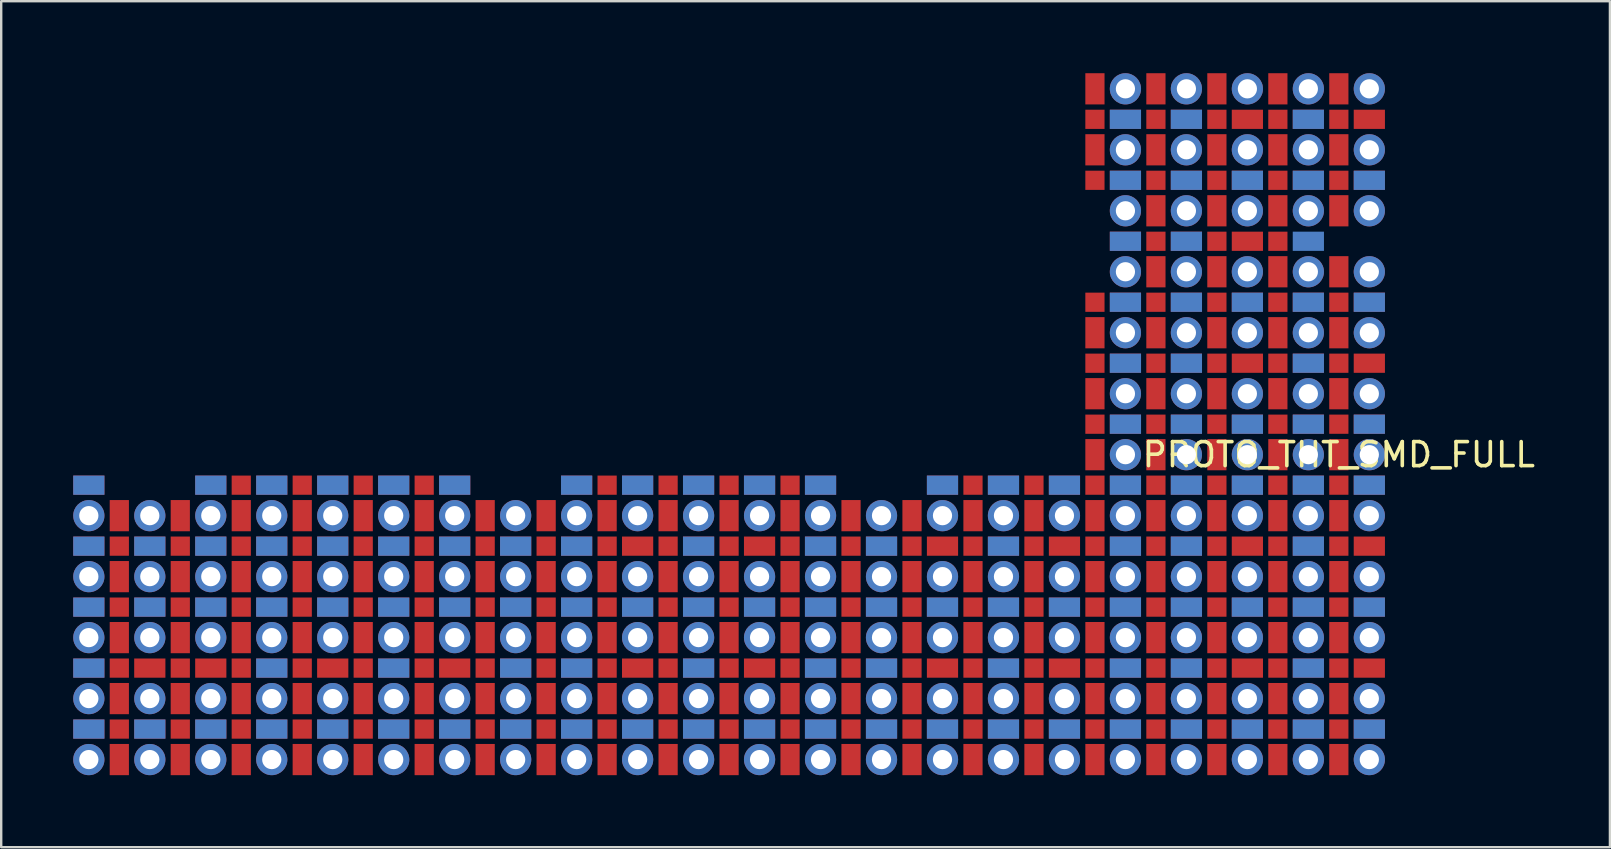
<source format=kicad_pcb>
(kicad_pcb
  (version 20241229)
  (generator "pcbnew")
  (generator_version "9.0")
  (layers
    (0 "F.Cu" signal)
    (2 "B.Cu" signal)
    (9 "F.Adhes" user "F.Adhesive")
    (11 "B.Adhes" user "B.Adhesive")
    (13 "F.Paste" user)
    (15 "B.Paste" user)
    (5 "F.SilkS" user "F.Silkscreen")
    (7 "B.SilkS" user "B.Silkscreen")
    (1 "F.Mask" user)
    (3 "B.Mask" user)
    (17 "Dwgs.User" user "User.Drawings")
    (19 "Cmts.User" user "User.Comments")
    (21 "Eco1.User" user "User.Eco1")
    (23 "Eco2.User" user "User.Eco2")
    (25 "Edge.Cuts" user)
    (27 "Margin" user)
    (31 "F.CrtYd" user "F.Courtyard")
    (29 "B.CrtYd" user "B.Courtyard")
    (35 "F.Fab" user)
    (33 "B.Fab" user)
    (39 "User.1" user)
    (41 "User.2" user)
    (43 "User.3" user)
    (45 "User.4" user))
  (footprint "PROTO_THT_SMD_FULL"
    (layer "F.Cu")
    (at 43.83 18.43)
    (property "Reference" "PROTO_THT_SMD_FULL" (at 8.89 -2.54 0) (layer "F.SilkS") (effects (font (size 1 1) (thickness 0.15))))
    (attr through_hole)
    (pad "" smd rect (at -43.18 -1.27) (size 1.3 0.8) (layers "F.Cu" "F.Mask"))
    (pad "" smd rect (at -43.18 -1.27) (size 1.3 0.8) (layers "B.Cu" "B.Mask"))
    (pad "" thru_hole circle (at -43.18 0) (size 1.3 1.3) (drill 0.8) (layers "*.Cu" "*.Mask"))
    (pad "" smd rect (at -43.18 1.27) (size 1.3 0.8) (layers "F.Cu" "F.Mask"))
    (pad "" smd rect (at -43.18 1.27) (size 1.3 0.8) (layers "B.Cu" "B.Mask"))
    (pad "" thru_hole circle (at -43.18 2.54) (size 1.3 1.3) (drill 0.8) (layers "*.Cu" "*.Mask"))
    (pad "" smd rect (at -43.18 3.81) (size 1.3 0.8) (layers "F.Cu" "F.Mask"))
    (pad "" smd rect (at -43.18 3.81) (size 1.3 0.8) (layers "B.Cu" "B.Mask"))
    (pad "" thru_hole circle (at -43.18 5.08) (size 1.3 1.3) (drill 0.8) (layers "*.Cu" "*.Mask"))
    (pad "" smd rect (at -43.18 6.35) (size 1.3 0.8) (layers "F.Cu" "F.Mask"))
    (pad "" smd rect (at -43.18 6.35) (size 1.3 0.8) (layers "B.Cu" "B.Mask"))
    (pad "" thru_hole circle (at -43.18 7.62) (size 1.3 1.3) (drill 0.8) (layers "*.Cu" "*.Mask"))
    (pad "" smd rect (at -41.91 0 90) (size 1.3 0.8) (layers "F.Cu" "F.Mask"))
    (pad "" smd rect (at -41.91 0 90) (size 1.3 0.8) (layers "B.Mask"))
    (pad "" smd rect (at -41.91 1.27 90) (size 0.8 0.8) (layers "F.Cu" "F.Mask" "F.Paste"))
    (pad "" smd rect (at -41.91 1.27 90) (size 0.8 0.8) (layers "B.Mask"))
    (pad "" smd rect (at -41.91 2.54 90) (size 1.3 0.8) (layers "F.Cu" "F.Mask"))
    (pad "" smd rect (at -41.91 2.54 90) (size 1.3 0.8) (layers "B.Mask"))
    (pad "" smd rect (at -41.91 3.81 90) (size 0.8 0.8) (layers "F.Cu" "F.Mask" "F.Paste"))
    (pad "" smd rect (at -41.91 3.81 90) (size 0.8 0.8) (layers "B.Mask"))
    (pad "" smd rect (at -41.91 5.08 90) (size 1.3 0.8) (layers "F.Cu" "F.Mask"))
    (pad "" smd rect (at -41.91 5.08 90) (size 1.3 0.8) (layers "B.Mask"))
    (pad "" smd rect (at -41.91 6.35 90) (size 0.8 0.8) (layers "F.Cu" "F.Mask" "F.Paste"))
    (pad "" smd rect (at -41.91 6.35 90) (size 0.8 0.8) (layers "B.Mask"))
    (pad "" smd rect (at -41.91 7.62 90) (size 1.3 0.8) (layers "F.Cu" "F.Mask"))
    (pad "" smd rect (at -41.91 7.62 90) (size 1.3 0.8) (layers "B.Mask"))
    (pad "" smd rect (at -41.91 8.89 90) (size 0.8 0.8) (layers "F.Cu" "F.Mask" "F.Paste"))
    (pad "" smd rect (at -41.91 8.89 90) (size 0.8 0.8) (layers "B.Mask"))
    (pad "" smd rect (at -41.91 10.16 90) (size 1.3 0.8) (layers "F.Cu" "F.Mask"))
    (pad "" smd rect (at -41.91 10.16 90) (size 1.3 0.8) (layers "B.Mask"))
    (pad "" thru_hole circle (at -40.64 0) (size 1.3 1.3) (drill 0.8) (layers "*.Cu" "*.Mask"))
    (pad "" smd rect (at -40.64 1.27) (size 1.3 0.8) (layers "F.Cu" "F.Mask"))
    (pad "" smd rect (at -40.64 1.27) (size 1.3 0.8) (layers "B.Cu" "B.Mask"))
    (pad "" thru_hole circle (at -40.64 2.54) (size 1.3 1.3) (drill 0.8) (layers "*.Cu" "*.Mask"))
    (pad "" smd rect (at -40.64 3.81) (size 1.3 0.8) (layers "F.Cu" "F.Mask"))
    (pad "" smd rect (at -40.64 3.81) (size 1.3 0.8) (layers "B.Cu" "B.Mask"))
    (pad "" thru_hole circle (at -40.64 5.08) (size 1.3 1.3) (drill 0.8) (layers "*.Cu" "*.Mask"))
    (pad "" smd rect (at -40.64 6.35) (size 1.3 0.8) (layers "F.Cu" "F.Mask"))
    (pad "" smd rect (at -40.64 6.35) (size 1.3 0.8) (layers "B.Mask"))
    (pad "" thru_hole circle (at -40.64 7.62) (size 1.3 1.3) (drill 0.8) (layers "*.Cu" "*.Mask"))
    (pad "" smd rect (at -39.37 0 90) (size 1.3 0.8) (layers "F.Cu" "F.Mask"))
    (pad "" smd rect (at -39.37 0 90) (size 1.3 0.8) (layers "B.Mask"))
    (pad "" smd rect (at -39.37 1.27 90) (size 0.8 0.8) (layers "F.Cu" "F.Mask" "F.Paste"))
    (pad "" smd rect (at -39.37 1.27 90) (size 0.8 0.8) (layers "B.Mask"))
    (pad "" smd rect (at -39.37 2.54 90) (size 1.3 0.8) (layers "F.Cu" "F.Mask"))
    (pad "" smd rect (at -39.37 2.54 90) (size 1.3 0.8) (layers "B.Mask"))
    (pad "" smd rect (at -39.37 3.81 90) (size 0.8 0.8) (layers "F.Cu" "F.Mask" "F.Paste"))
    (pad "" smd rect (at -39.37 3.81 90) (size 0.8 0.8) (layers "B.Mask"))
    (pad "" smd rect (at -39.37 5.08 90) (size 1.3 0.8) (layers "F.Cu" "F.Mask"))
    (pad "" smd rect (at -39.37 5.08 90) (size 1.3 0.8) (layers "B.Mask"))
    (pad "" smd rect (at -39.37 6.35 90) (size 0.8 0.8) (layers "F.Cu" "F.Mask" "F.Paste"))
    (pad "" smd rect (at -39.37 6.35 90) (size 0.8 0.8) (layers "B.Mask"))
    (pad "" smd rect (at -39.37 7.62 90) (size 1.3 0.8) (layers "F.Cu" "F.Mask"))
    (pad "" smd rect (at -39.37 7.62 90) (size 1.3 0.8) (layers "B.Mask"))
    (pad "" smd rect (at -39.37 8.89 90) (size 0.8 0.8) (layers "F.Cu" "F.Mask" "F.Paste"))
    (pad "" smd rect (at -39.37 8.89 90) (size 0.8 0.8) (layers "B.Mask"))
    (pad "" smd rect (at -39.37 10.16 90) (size 1.3 0.8) (layers "F.Cu" "F.Mask"))
    (pad "" smd rect (at -39.37 10.16 90) (size 1.3 0.8) (layers "B.Mask"))
    (pad "" smd rect (at -38.1 -1.27) (size 1.3 0.8) (layers "F.Cu" "F.Mask"))
    (pad "" smd rect (at -38.1 -1.27) (size 1.3 0.8) (layers "B.Cu" "B.Mask"))
    (pad "" thru_hole circle (at -38.1 0) (size 1.3 1.3) (drill 0.8) (layers "*.Cu" "*.Mask"))
    (pad "" smd rect (at -38.1 1.27) (size 1.3 0.8) (layers "F.Cu" "F.Mask"))
    (pad "" smd rect (at -38.1 1.27) (size 1.3 0.8) (layers "B.Cu" "B.Mask"))
    (pad "" thru_hole circle (at -38.1 2.54) (size 1.3 1.3) (drill 0.8) (layers "*.Cu" "*.Mask"))
    (pad "" smd rect (at -38.1 3.81) (size 1.3 0.8) (layers "F.Cu" "F.Mask"))
    (pad "" smd rect (at -38.1 3.81) (size 1.3 0.8) (layers "B.Cu" "B.Mask"))
    (pad "" thru_hole circle (at -38.1 5.08) (size 1.3 1.3) (drill 0.8) (layers "*.Cu" "*.Mask"))
    (pad "" smd rect (at -38.1 6.35) (size 1.3 0.8) (layers "F.Cu" "F.Mask"))
    (pad "" smd rect (at -38.1 6.35) (size 1.3 0.8) (layers "B.Mask"))
    (pad "" thru_hole circle (at -38.1 7.62) (size 1.3 1.3) (drill 0.8) (layers "*.Cu" "*.Mask"))
    (pad "" smd rect (at -36.83 -1.27 90) (size 0.8 0.8) (layers "F.Cu" "F.Mask" "F.Paste"))
    (pad "" smd rect (at -36.83 -1.27 90) (size 0.8 0.8) (layers "B.Mask"))
    (pad "" smd rect (at -36.83 0 90) (size 1.3 0.8) (layers "F.Cu" "F.Mask"))
    (pad "" smd rect (at -36.83 0 90) (size 1.3 0.8) (layers "B.Mask"))
    (pad "" smd rect (at -36.83 1.27 90) (size 0.8 0.8) (layers "F.Cu" "F.Mask" "F.Paste"))
    (pad "" smd rect (at -36.83 1.27 90) (size 0.8 0.8) (layers "B.Mask"))
    (pad "" smd rect (at -36.83 2.54 90) (size 1.3 0.8) (layers "F.Cu" "F.Mask"))
    (pad "" smd rect (at -36.83 2.54 90) (size 1.3 0.8) (layers "B.Mask"))
    (pad "" smd rect (at -36.83 3.81 90) (size 0.8 0.8) (layers "F.Cu" "F.Mask" "F.Paste"))
    (pad "" smd rect (at -36.83 3.81 90) (size 0.8 0.8) (layers "B.Mask"))
    (pad "" smd rect (at -36.83 5.08 90) (size 1.3 0.8) (layers "F.Cu" "F.Mask"))
    (pad "" smd rect (at -36.83 5.08 90) (size 1.3 0.8) (layers "B.Mask"))
    (pad "" smd rect (at -36.83 6.35 90) (size 0.8 0.8) (layers "F.Cu" "F.Mask" "F.Paste"))
    (pad "" smd rect (at -36.83 6.35 90) (size 0.8 0.8) (layers "B.Mask"))
    (pad "" smd rect (at -36.83 7.62 90) (size 1.3 0.8) (layers "F.Cu" "F.Mask"))
    (pad "" smd rect (at -36.83 7.62 90) (size 1.3 0.8) (layers "B.Mask"))
    (pad "" smd rect (at -36.83 8.89 90) (size 0.8 0.8) (layers "F.Cu" "F.Mask" "F.Paste"))
    (pad "" smd rect (at -36.83 8.89 90) (size 0.8 0.8) (layers "B.Mask"))
    (pad "" smd rect (at -36.83 10.16 90) (size 1.3 0.8) (layers "F.Cu" "F.Mask"))
    (pad "" smd rect (at -36.83 10.16 90) (size 1.3 0.8) (layers "B.Mask"))
    (pad "" smd rect (at -35.56 -1.27) (size 1.3 0.8) (layers "F.Cu" "F.Mask"))
    (pad "" smd rect (at -35.56 -1.27) (size 1.3 0.8) (layers "B.Cu" "B.Mask"))
    (pad "" thru_hole circle (at -35.56 0) (size 1.3 1.3) (drill 0.8) (layers "*.Cu" "*.Mask"))
    (pad "" smd rect (at -35.56 1.27) (size 1.3 0.8) (layers "F.Cu" "F.Mask"))
    (pad "" smd rect (at -35.56 1.27) (size 1.3 0.8) (layers "B.Cu" "B.Mask"))
    (pad "" thru_hole circle (at -35.56 2.54) (size 1.3 1.3) (drill 0.8) (layers "*.Cu" "*.Mask"))
    (pad "" smd rect (at -35.56 3.81) (size 1.3 0.8) (layers "F.Cu" "F.Mask"))
    (pad "" smd rect (at -35.56 3.81) (size 1.3 0.8) (layers "B.Cu" "B.Mask"))
    (pad "" thru_hole circle (at -35.56 5.08) (size 1.3 1.3) (drill 0.8) (layers "*.Cu" "*.Mask"))
    (pad "" smd rect (at -35.56 6.35) (size 1.3 0.8) (layers "F.Cu" "F.Mask"))
    (pad "" smd rect (at -35.56 6.35) (size 1.3 0.8) (layers "B.Cu" "B.Mask"))
    (pad "" thru_hole circle (at -35.56 7.62) (size 1.3 1.3) (drill 0.8) (layers "*.Cu" "*.Mask"))
    (pad "" smd rect (at -34.29 -1.27 90) (size 0.8 0.8) (layers "F.Cu" "F.Mask" "F.Paste"))
    (pad "" smd rect (at -34.29 -1.27 90) (size 0.8 0.8) (layers "B.Mask"))
    (pad "" smd rect (at -34.29 0 90) (size 1.3 0.8) (layers "F.Cu" "F.Mask"))
    (pad "" smd rect (at -34.29 0 90) (size 1.3 0.8) (layers "B.Mask"))
    (pad "" smd rect (at -34.29 1.27 90) (size 0.8 0.8) (layers "F.Cu" "F.Mask" "F.Paste"))
    (pad "" smd rect (at -34.29 1.27 90) (size 0.8 0.8) (layers "B.Mask"))
    (pad "" smd rect (at -34.29 2.54 90) (size 1.3 0.8) (layers "F.Cu" "F.Mask"))
    (pad "" smd rect (at -34.29 2.54 90) (size 1.3 0.8) (layers "B.Mask"))
    (pad "" smd rect (at -34.29 3.81 90) (size 0.8 0.8) (layers "F.Cu" "F.Mask" "F.Paste"))
    (pad "" smd rect (at -34.29 3.81 90) (size 0.8 0.8) (layers "B.Mask"))
    (pad "" smd rect (at -34.29 5.08 90) (size 1.3 0.8) (layers "F.Cu" "F.Mask"))
    (pad "" smd rect (at -34.29 5.08 90) (size 1.3 0.8) (layers "B.Mask"))
    (pad "" smd rect (at -34.29 6.35 90) (size 0.8 0.8) (layers "F.Cu" "F.Mask" "F.Paste"))
    (pad "" smd rect (at -34.29 6.35 90) (size 0.8 0.8) (layers "B.Mask"))
    (pad "" smd rect (at -34.29 7.62 90) (size 1.3 0.8) (layers "F.Cu" "F.Mask"))
    (pad "" smd rect (at -34.29 7.62 90) (size 1.3 0.8) (layers "B.Mask"))
    (pad "" smd rect (at -34.29 8.89 90) (size 0.8 0.8) (layers "F.Cu" "F.Mask" "F.Paste"))
    (pad "" smd rect (at -34.29 8.89 90) (size 0.8 0.8) (layers "B.Mask"))
    (pad "" smd rect (at -34.29 10.16 90) (size 1.3 0.8) (layers "F.Cu" "F.Mask"))
    (pad "" smd rect (at -34.29 10.16 90) (size 1.3 0.8) (layers "B.Mask"))
    (pad "" smd rect (at -33.02 -1.27) (size 1.3 0.8) (layers "F.Cu" "F.Mask"))
    (pad "" smd rect (at -33.02 -1.27) (size 1.3 0.8) (layers "B.Cu" "B.Mask"))
    (pad "" thru_hole circle (at -33.02 0) (size 1.3 1.3) (drill 0.8) (layers "*.Cu" "*.Mask"))
    (pad "" smd rect (at -33.02 1.27) (size 1.3 0.8) (layers "F.Cu" "F.Mask"))
    (pad "" smd rect (at -33.02 1.27) (size 1.3 0.8) (layers "B.Cu" "B.Mask"))
    (pad "" thru_hole circle (at -33.02 2.54) (size 1.3 1.3) (drill 0.8) (layers "*.Cu" "*.Mask"))
    (pad "" smd rect (at -33.02 3.81) (size 1.3 0.8) (layers "F.Cu" "F.Mask"))
    (pad "" smd rect (at -33.02 3.81) (size 1.3 0.8) (layers "B.Cu" "B.Mask"))
    (pad "" thru_hole circle (at -33.02 5.08) (size 1.3 1.3) (drill 0.8) (layers "*.Cu" "*.Mask"))
    (pad "" smd rect (at -33.02 6.35) (size 1.3 0.8) (layers "F.Cu" "F.Mask"))
    (pad "" smd rect (at -33.02 6.35) (size 1.3 0.8) (layers "B.Mask"))
    (pad "" thru_hole circle (at -33.02 7.62) (size 1.3 1.3) (drill 0.8) (layers "*.Cu" "*.Mask"))
    (pad "" smd rect (at -31.75 -1.27 90) (size 0.8 0.8) (layers "F.Cu" "F.Mask" "F.Paste"))
    (pad "" smd rect (at -31.75 -1.27 90) (size 0.8 0.8) (layers "B.Mask"))
    (pad "" smd rect (at -31.75 0 90) (size 1.3 0.8) (layers "F.Cu" "F.Mask"))
    (pad "" smd rect (at -31.75 0 90) (size 1.3 0.8) (layers "B.Mask"))
    (pad "" smd rect (at -31.75 1.27 90) (size 0.8 0.8) (layers "F.Cu" "F.Mask" "F.Paste"))
    (pad "" smd rect (at -31.75 1.27 90) (size 0.8 0.8) (layers "B.Mask"))
    (pad "" smd rect (at -31.75 2.54 90) (size 1.3 0.8) (layers "F.Cu" "F.Mask"))
    (pad "" smd rect (at -31.75 2.54 90) (size 1.3 0.8) (layers "B.Mask"))
    (pad "" smd rect (at -31.75 3.81 90) (size 0.8 0.8) (layers "F.Cu" "F.Mask" "F.Paste"))
    (pad "" smd rect (at -31.75 3.81 90) (size 0.8 0.8) (layers "B.Mask"))
    (pad "" smd rect (at -31.75 5.08 90) (size 1.3 0.8) (layers "F.Cu" "F.Mask"))
    (pad "" smd rect (at -31.75 5.08 90) (size 1.3 0.8) (layers "B.Mask"))
    (pad "" smd rect (at -31.75 6.35 90) (size 0.8 0.8) (layers "F.Cu" "F.Mask" "F.Paste"))
    (pad "" smd rect (at -31.75 6.35 90) (size 0.8 0.8) (layers "B.Mask"))
    (pad "" smd rect (at -31.75 7.62 90) (size 1.3 0.8) (layers "F.Cu" "F.Mask"))
    (pad "" smd rect (at -31.75 7.62 90) (size 1.3 0.8) (layers "B.Mask"))
    (pad "" smd rect (at -31.75 8.89 90) (size 0.8 0.8) (layers "F.Cu" "F.Mask" "F.Paste"))
    (pad "" smd rect (at -31.75 8.89 90) (size 0.8 0.8) (layers "B.Mask"))
    (pad "" smd rect (at -31.75 10.16 90) (size 1.3 0.8) (layers "F.Cu" "F.Mask"))
    (pad "" smd rect (at -31.75 10.16 90) (size 1.3 0.8) (layers "B.Mask"))
    (pad "" smd rect (at -30.48 -1.27) (size 1.3 0.8) (layers "F.Cu" "F.Mask"))
    (pad "" smd rect (at -30.48 -1.27) (size 1.3 0.8) (layers "B.Cu" "B.Mask"))
    (pad "" thru_hole circle (at -30.48 0) (size 1.3 1.3) (drill 0.8) (layers "*.Cu" "*.Mask"))
    (pad "" smd rect (at -30.48 1.27) (size 1.3 0.8) (layers "F.Cu" "F.Mask"))
    (pad "" smd rect (at -30.48 1.27) (size 1.3 0.8) (layers "B.Cu" "B.Mask"))
    (pad "" thru_hole circle (at -30.48 2.54) (size 1.3 1.3) (drill 0.8) (layers "*.Cu" "*.Mask"))
    (pad "" smd rect (at -30.48 3.81) (size 1.3 0.8) (layers "F.Cu" "F.Mask"))
    (pad "" smd rect (at -30.48 3.81) (size 1.3 0.8) (layers "B.Cu" "B.Mask"))
    (pad "" thru_hole circle (at -30.48 5.08) (size 1.3 1.3) (drill 0.8) (layers "*.Cu" "*.Mask"))
    (pad "" smd rect (at -30.48 6.35) (size 1.3 0.8) (layers "F.Cu" "F.Mask"))
    (pad "" smd rect (at -30.48 6.35) (size 1.3 0.8) (layers "B.Cu" "B.Mask"))
    (pad "" thru_hole circle (at -30.48 7.62) (size 1.3 1.3) (drill 0.8) (layers "*.Cu" "*.Mask"))
    (pad "" smd rect (at -29.21 -1.27 90) (size 0.8 0.8) (layers "F.Cu" "F.Mask" "F.Paste"))
    (pad "" smd rect (at -29.21 -1.27 90) (size 0.8 0.8) (layers "B.Mask"))
    (pad "" smd rect (at -29.21 0 90) (size 1.3 0.8) (layers "F.Cu" "F.Mask"))
    (pad "" smd rect (at -29.21 0 90) (size 1.3 0.8) (layers "B.Mask"))
    (pad "" smd rect (at -29.21 1.27 90) (size 0.8 0.8) (layers "F.Cu" "F.Mask" "F.Paste"))
    (pad "" smd rect (at -29.21 1.27 90) (size 0.8 0.8) (layers "B.Mask"))
    (pad "" smd rect (at -29.21 2.54 90) (size 1.3 0.8) (layers "F.Cu" "F.Mask"))
    (pad "" smd rect (at -29.21 2.54 90) (size 1.3 0.8) (layers "B.Mask"))
    (pad "" smd rect (at -29.21 3.81 90) (size 0.8 0.8) (layers "F.Cu" "F.Mask" "F.Paste"))
    (pad "" smd rect (at -29.21 3.81 90) (size 0.8 0.8) (layers "B.Mask"))
    (pad "" smd rect (at -29.21 5.08 90) (size 1.3 0.8) (layers "F.Cu" "F.Mask"))
    (pad "" smd rect (at -29.21 5.08 90) (size 1.3 0.8) (layers "B.Mask"))
    (pad "" smd rect (at -29.21 6.35 90) (size 0.8 0.8) (layers "F.Cu" "F.Mask" "F.Paste"))
    (pad "" smd rect (at -29.21 6.35 90) (size 0.8 0.8) (layers "B.Mask"))
    (pad "" smd rect (at -29.21 7.62 90) (size 1.3 0.8) (layers "F.Cu" "F.Mask"))
    (pad "" smd rect (at -29.21 7.62 90) (size 1.3 0.8) (layers "B.Mask"))
    (pad "" smd rect (at -29.21 8.89 90) (size 0.8 0.8) (layers "F.Cu" "F.Mask" "F.Paste"))
    (pad "" smd rect (at -29.21 8.89 90) (size 0.8 0.8) (layers "B.Mask"))
    (pad "" smd rect (at -29.21 10.16 90) (size 1.3 0.8) (layers "F.Cu" "F.Mask"))
    (pad "" smd rect (at -29.21 10.16 90) (size 1.3 0.8) (layers "B.Mask"))
    (pad "" smd rect (at -27.94 -1.27) (size 1.3 0.8) (layers "F.Cu" "F.Mask"))
    (pad "" smd rect (at -27.94 -1.27) (size 1.3 0.8) (layers "B.Cu" "B.Mask"))
    (pad "" thru_hole circle (at -27.94 0) (size 1.3 1.3) (drill 0.8) (layers "*.Cu" "*.Mask"))
    (pad "" smd rect (at -27.94 1.27) (size 1.3 0.8) (layers "F.Cu" "F.Mask"))
    (pad "" smd rect (at -27.94 1.27) (size 1.3 0.8) (layers "B.Cu" "B.Mask"))
    (pad "" thru_hole circle (at -27.94 2.54) (size 1.3 1.3) (drill 0.8) (layers "*.Cu" "*.Mask"))
    (pad "" smd rect (at -27.94 3.81) (size 1.3 0.8) (layers "F.Cu" "F.Mask"))
    (pad "" smd rect (at -27.94 3.81) (size 1.3 0.8) (layers "B.Cu" "B.Mask"))
    (pad "" thru_hole circle (at -27.94 5.08) (size 1.3 1.3) (drill 0.8) (layers "*.Cu" "*.Mask"))
    (pad "" smd rect (at -27.94 6.35) (size 1.3 0.8) (layers "F.Cu" "F.Mask"))
    (pad "" smd rect (at -27.94 6.35) (size 1.3 0.8) (layers "B.Mask"))
    (pad "" thru_hole circle (at -27.94 7.62) (size 1.3 1.3) (drill 0.8) (layers "*.Cu" "*.Mask"))
    (pad "" smd rect (at -26.67 0 90) (size 1.3 0.8) (layers "F.Cu" "F.Mask"))
    (pad "" smd rect (at -26.67 0 90) (size 1.3 0.8) (layers "B.Mask"))
    (pad "" smd rect (at -26.67 1.27 90) (size 0.8 0.8) (layers "F.Cu" "F.Mask" "F.Paste"))
    (pad "" smd rect (at -26.67 1.27 90) (size 0.8 0.8) (layers "B.Mask"))
    (pad "" smd rect (at -26.67 2.54 90) (size 1.3 0.8) (layers "F.Cu" "F.Mask"))
    (pad "" smd rect (at -26.67 2.54 90) (size 1.3 0.8) (layers "B.Mask"))
    (pad "" smd rect (at -26.67 3.81 90) (size 0.8 0.8) (layers "F.Cu" "F.Mask" "F.Paste"))
    (pad "" smd rect (at -26.67 3.81 90) (size 0.8 0.8) (layers "B.Mask"))
    (pad "" smd rect (at -26.67 5.08 90) (size 1.3 0.8) (layers "F.Cu" "F.Mask"))
    (pad "" smd rect (at -26.67 5.08 90) (size 1.3 0.8) (layers "B.Mask"))
    (pad "" smd rect (at -26.67 6.35 90) (size 0.8 0.8) (layers "F.Cu" "F.Mask" "F.Paste"))
    (pad "" smd rect (at -26.67 6.35 90) (size 0.8 0.8) (layers "B.Mask"))
    (pad "" smd rect (at -26.67 7.62 90) (size 1.3 0.8) (layers "F.Cu" "F.Mask"))
    (pad "" smd rect (at -26.67 7.62 90) (size 1.3 0.8) (layers "B.Mask"))
    (pad "" smd rect (at -26.67 8.89 90) (size 0.8 0.8) (layers "F.Cu" "F.Mask" "F.Paste"))
    (pad "" smd rect (at -26.67 8.89 90) (size 0.8 0.8) (layers "B.Mask"))
    (pad "" smd rect (at -26.67 10.16 90) (size 1.3 0.8) (layers "F.Cu" "F.Mask"))
    (pad "" smd rect (at -26.67 10.16 90) (size 1.3 0.8) (layers "B.Mask"))
    (pad "" thru_hole circle (at -25.4 0) (size 1.3 1.3) (drill 0.8) (layers "*.Cu" "*.Mask"))
    (pad "" smd rect (at -25.4 1.27) (size 1.3 0.8) (layers "F.Cu" "F.Mask"))
    (pad "" smd rect (at -25.4 1.27) (size 1.3 0.8) (layers "B.Cu" "B.Mask"))
    (pad "" thru_hole circle (at -25.4 2.54) (size 1.3 1.3) (drill 0.8) (layers "*.Cu" "*.Mask"))
    (pad "" smd rect (at -25.4 3.81) (size 1.3 0.8) (layers "F.Cu" "F.Mask"))
    (pad "" smd rect (at -25.4 3.81) (size 1.3 0.8) (layers "B.Cu" "B.Mask"))
    (pad "" thru_hole circle (at -25.4 5.08) (size 1.3 1.3) (drill 0.8) (layers "*.Cu" "*.Mask"))
    (pad "" smd rect (at -25.4 6.35) (size 1.3 0.8) (layers "F.Cu" "F.Mask"))
    (pad "" smd rect (at -25.4 6.35) (size 1.3 0.8) (layers "B.Cu" "B.Mask"))
    (pad "" thru_hole circle (at -25.4 7.62) (size 1.3 1.3) (drill 0.8) (layers "*.Cu" "*.Mask"))
    (pad "" smd rect (at -24.13 0 90) (size 1.3 0.8) (layers "F.Cu" "F.Mask"))
    (pad "" smd rect (at -24.13 0 90) (size 1.3 0.8) (layers "B.Mask"))
    (pad "" smd rect (at -24.13 1.27 90) (size 0.8 0.8) (layers "F.Cu" "F.Mask" "F.Paste"))
    (pad "" smd rect (at -24.13 1.27 90) (size 0.8 0.8) (layers "B.Mask"))
    (pad "" smd rect (at -24.13 2.54 90) (size 1.3 0.8) (layers "F.Cu" "F.Mask"))
    (pad "" smd rect (at -24.13 2.54 90) (size 1.3 0.8) (layers "B.Mask"))
    (pad "" smd rect (at -24.13 3.81 90) (size 0.8 0.8) (layers "F.Cu" "F.Mask" "F.Paste"))
    (pad "" smd rect (at -24.13 3.81 90) (size 0.8 0.8) (layers "B.Mask"))
    (pad "" smd rect (at -24.13 5.08 90) (size 1.3 0.8) (layers "F.Cu" "F.Mask"))
    (pad "" smd rect (at -24.13 5.08 90) (size 1.3 0.8) (layers "B.Mask"))
    (pad "" smd rect (at -24.13 6.35 90) (size 0.8 0.8) (layers "F.Cu" "F.Mask" "F.Paste"))
    (pad "" smd rect (at -24.13 6.35 90) (size 0.8 0.8) (layers "B.Mask"))
    (pad "" smd rect (at -24.13 7.62 90) (size 1.3 0.8) (layers "F.Cu" "F.Mask"))
    (pad "" smd rect (at -24.13 7.62 90) (size 1.3 0.8) (layers "B.Mask"))
    (pad "" smd rect (at -24.13 8.89 90) (size 0.8 0.8) (layers "F.Cu" "F.Mask" "F.Paste"))
    (pad "" smd rect (at -24.13 8.89 90) (size 0.8 0.8) (layers "B.Mask"))
    (pad "" smd rect (at -24.13 10.16 90) (size 1.3 0.8) (layers "F.Cu" "F.Mask"))
    (pad "" smd rect (at -24.13 10.16 90) (size 1.3 0.8) (layers "B.Mask"))
    (pad "" smd rect (at -22.86 -1.27) (size 1.3 0.8) (layers "F.Cu" "F.Mask"))
    (pad "" smd rect (at -22.86 -1.27) (size 1.3 0.8) (layers "B.Cu" "B.Mask"))
    (pad "" thru_hole circle (at -22.86 0) (size 1.3 1.3) (drill 0.8) (layers "*.Cu" "*.Mask"))
    (pad "" smd rect (at -22.86 1.27) (size 1.3 0.8) (layers "F.Cu" "F.Mask"))
    (pad "" smd rect (at -22.86 1.27) (size 1.3 0.8) (layers "B.Cu" "B.Mask"))
    (pad "" thru_hole circle (at -22.86 2.54) (size 1.3 1.3) (drill 0.8) (layers "*.Cu" "*.Mask"))
    (pad "" smd rect (at -22.86 3.81) (size 1.3 0.8) (layers "F.Cu" "F.Mask"))
    (pad "" smd rect (at -22.86 3.81) (size 1.3 0.8) (layers "B.Cu" "B.Mask"))
    (pad "" thru_hole circle (at -22.86 5.08) (size 1.3 1.3) (drill 0.8) (layers "*.Cu" "*.Mask"))
    (pad "" smd rect (at -22.86 6.35) (size 1.3 0.8) (layers "F.Cu" "F.Mask"))
    (pad "" smd rect (at -22.86 6.35) (size 1.3 0.8) (layers "B.Cu" "B.Mask"))
    (pad "" thru_hole circle (at -22.86 7.62) (size 1.3 1.3) (drill 0.8) (layers "*.Cu" "*.Mask"))
    (pad "" smd rect (at -22.86 8.89) (size 1.3 0.8) (layers "F.Cu" "F.Mask"))
    (pad "" smd rect (at -22.86 8.89) (size 1.3 0.8) (layers "B.Cu" "B.Mask"))
    (pad "" thru_hole circle (at -22.86 10.16) (size 1.3 1.3) (drill 0.8) (layers "*.Cu" "*.Mask"))
    (pad "" smd rect (at -21.59 -1.27 90) (size 0.8 0.8) (layers "F.Cu" "F.Mask" "F.Paste"))
    (pad "" smd rect (at -21.59 -1.27 90) (size 0.8 0.8) (layers "B.Mask"))
    (pad "" smd rect (at -21.59 0 90) (size 1.3 0.8) (layers "F.Cu" "F.Mask"))
    (pad "" smd rect (at -21.59 0 90) (size 1.3 0.8) (layers "B.Mask"))
    (pad "" smd rect (at -21.59 1.27 90) (size 0.8 0.8) (layers "F.Cu" "F.Mask" "F.Paste"))
    (pad "" smd rect (at -21.59 1.27 90) (size 0.8 0.8) (layers "B.Mask"))
    (pad "" smd rect (at -21.59 2.54 90) (size 1.3 0.8) (layers "F.Cu" "F.Mask"))
    (pad "" smd rect (at -21.59 2.54 90) (size 1.3 0.8) (layers "B.Mask"))
    (pad "" smd rect (at -21.59 3.81 90) (size 0.8 0.8) (layers "F.Cu" "F.Mask" "F.Paste"))
    (pad "" smd rect (at -21.59 3.81 90) (size 0.8 0.8) (layers "B.Mask"))
    (pad "" smd rect (at -21.59 5.08 90) (size 1.3 0.8) (layers "F.Cu" "F.Mask"))
    (pad "" smd rect (at -21.59 5.08 90) (size 1.3 0.8) (layers "B.Mask"))
    (pad "" smd rect (at -21.59 6.35 90) (size 0.8 0.8) (layers "F.Cu" "F.Mask" "F.Paste"))
    (pad "" smd rect (at -21.59 6.35 90) (size 0.8 0.8) (layers "B.Mask"))
    (pad "" smd rect (at -21.59 7.62 90) (size 1.3 0.8) (layers "F.Cu" "F.Mask"))
    (pad "" smd rect (at -21.59 7.62 90) (size 1.3 0.8) (layers "B.Mask"))
    (pad "" smd rect (at -21.59 8.89 90) (size 0.8 0.8) (layers "F.Cu" "F.Mask" "F.Paste"))
    (pad "" smd rect (at -21.59 8.89 90) (size 0.8 0.8) (layers "B.Mask"))
    (pad "" smd rect (at -21.59 10.16 90) (size 1.3 0.8) (layers "F.Cu" "F.Mask"))
    (pad "" smd rect (at -21.59 10.16 90) (size 1.3 0.8) (layers "B.Mask"))
    (pad "" smd rect (at -20.32 -1.27) (size 1.3 0.8) (layers "F.Cu" "F.Mask"))
    (pad "" smd rect (at -20.32 -1.27) (size 1.3 0.8) (layers "B.Cu" "B.Mask"))
    (pad "" thru_hole circle (at -20.32 0) (size 1.3 1.3) (drill 0.8) (layers "*.Cu" "*.Mask"))
    (pad "" smd rect (at -20.32 1.27) (size 1.3 0.8) (layers "F.Cu" "F.Mask"))
    (pad "" smd rect (at -20.32 1.27) (size 1.3 0.8) (layers "B.Mask"))
    (pad "" thru_hole circle (at -20.32 2.54) (size 1.3 1.3) (drill 0.8) (layers "*.Cu" "*.Mask"))
    (pad "" smd rect (at -20.32 3.81) (size 1.3 0.8) (layers "F.Cu" "F.Mask"))
    (pad "" smd rect (at -20.32 3.81) (size 1.3 0.8) (layers "B.Cu" "B.Mask"))
    (pad "" thru_hole circle (at -20.32 5.08) (size 1.3 1.3) (drill 0.8) (layers "*.Cu" "*.Mask"))
    (pad "" smd rect (at -20.32 6.35) (size 1.3 0.8) (layers "F.Cu" "F.Mask"))
    (pad "" smd rect (at -20.32 6.35) (size 1.3 0.8) (layers "B.Mask"))
    (pad "" thru_hole circle (at -20.32 7.62) (size 1.3 1.3) (drill 0.8) (layers "*.Cu" "*.Mask"))
    (pad "" smd rect (at -20.32 8.89) (size 1.3 0.8) (layers "F.Cu" "F.Mask"))
    (pad "" smd rect (at -20.32 8.89) (size 1.3 0.8) (layers "B.Cu" "B.Mask"))
    (pad "" thru_hole circle (at -20.32 10.16) (size 1.3 1.3) (drill 0.8) (layers "*.Cu" "*.Mask"))
    (pad "" smd rect (at -19.05 -1.27 90) (size 0.8 0.8) (layers "F.Cu" "F.Mask" "F.Paste"))
    (pad "" smd rect (at -19.05 -1.27 90) (size 0.8 0.8) (layers "B.Mask"))
    (pad "" smd rect (at -19.05 0 90) (size 1.3 0.8) (layers "F.Cu" "F.Mask"))
    (pad "" smd rect (at -19.05 0 90) (size 1.3 0.8) (layers "B.Mask"))
    (pad "" smd rect (at -19.05 1.27 90) (size 0.8 0.8) (layers "F.Cu" "F.Mask" "F.Paste"))
    (pad "" smd rect (at -19.05 1.27 90) (size 0.8 0.8) (layers "B.Mask"))
    (pad "" smd rect (at -19.05 2.54 90) (size 1.3 0.8) (layers "F.Cu" "F.Mask"))
    (pad "" smd rect (at -19.05 2.54 90) (size 1.3 0.8) (layers "B.Mask"))
    (pad "" smd rect (at -19.05 3.81 90) (size 0.8 0.8) (layers "F.Cu" "F.Mask" "F.Paste"))
    (pad "" smd rect (at -19.05 3.81 90) (size 0.8 0.8) (layers "B.Mask"))
    (pad "" smd rect (at -19.05 5.08 90) (size 1.3 0.8) (layers "F.Cu" "F.Mask"))
    (pad "" smd rect (at -19.05 5.08 90) (size 1.3 0.8) (layers "B.Mask"))
    (pad "" smd rect (at -19.05 6.35 90) (size 0.8 0.8) (layers "F.Cu" "F.Mask" "F.Paste"))
    (pad "" smd rect (at -19.05 6.35 90) (size 0.8 0.8) (layers "B.Mask"))
    (pad "" smd rect (at -19.05 7.62 90) (size 1.3 0.8) (layers "F.Cu" "F.Mask"))
    (pad "" smd rect (at -19.05 7.62 90) (size 1.3 0.8) (layers "B.Mask"))
    (pad "" smd rect (at -19.05 8.89 90) (size 0.8 0.8) (layers "F.Cu" "F.Mask" "F.Paste"))
    (pad "" smd rect (at -19.05 8.89 90) (size 0.8 0.8) (layers "B.Mask"))
    (pad "" smd rect (at -19.05 10.16 90) (size 1.3 0.8) (layers "F.Cu" "F.Mask"))
    (pad "" smd rect (at -19.05 10.16 90) (size 1.3 0.8) (layers "B.Mask"))
    (pad "" smd rect (at -17.78 -1.27) (size 1.3 0.8) (layers "F.Cu" "F.Mask"))
    (pad "" smd rect (at -17.78 -1.27) (size 1.3 0.8) (layers "B.Cu" "B.Mask"))
    (pad "" thru_hole circle (at -17.78 0) (size 1.3 1.3) (drill 0.8) (layers "*.Cu" "*.Mask"))
    (pad "" smd rect (at -17.78 1.27) (size 1.3 0.8) (layers "F.Cu" "F.Mask"))
    (pad "" smd rect (at -17.78 1.27) (size 1.3 0.8) (layers "B.Cu" "B.Mask"))
    (pad "" thru_hole circle (at -17.78 2.54) (size 1.3 1.3) (drill 0.8) (layers "*.Cu" "*.Mask"))
    (pad "" smd rect (at -17.78 3.81) (size 1.3 0.8) (layers "F.Cu" "F.Mask"))
    (pad "" smd rect (at -17.78 3.81) (size 1.3 0.8) (layers "B.Cu" "B.Mask"))
    (pad "" thru_hole circle (at -17.78 5.08) (size 1.3 1.3) (drill 0.8) (layers "*.Cu" "*.Mask"))
    (pad "" smd rect (at -17.78 6.35) (size 1.3 0.8) (layers "F.Cu" "F.Mask"))
    (pad "" smd rect (at -17.78 6.35) (size 1.3 0.8) (layers "B.Cu" "B.Mask"))
    (pad "" thru_hole circle (at -17.78 7.62) (size 1.3 1.3) (drill 0.8) (layers "*.Cu" "*.Mask"))
    (pad "" smd rect (at -17.78 8.89) (size 1.3 0.8) (layers "F.Cu" "F.Mask"))
    (pad "" smd rect (at -17.78 8.89) (size 1.3 0.8) (layers "B.Cu" "B.Mask"))
    (pad "" thru_hole circle (at -17.78 10.16) (size 1.3 1.3) (drill 0.8) (layers "*.Cu" "*.Mask"))
    (pad "" smd rect (at -16.51 -1.27 90) (size 0.8 0.8) (layers "F.Cu" "F.Mask" "F.Paste"))
    (pad "" smd rect (at -16.51 -1.27 90) (size 0.8 0.8) (layers "B.Mask"))
    (pad "" smd rect (at -16.51 0 90) (size 1.3 0.8) (layers "F.Cu" "F.Mask"))
    (pad "" smd rect (at -16.51 0 90) (size 1.3 0.8) (layers "B.Mask"))
    (pad "" smd rect (at -16.51 1.27 90) (size 0.8 0.8) (layers "F.Cu" "F.Mask" "F.Paste"))
    (pad "" smd rect (at -16.51 1.27 90) (size 0.8 0.8) (layers "B.Mask"))
    (pad "" smd rect (at -16.51 2.54 90) (size 1.3 0.8) (layers "F.Cu" "F.Mask"))
    (pad "" smd rect (at -16.51 2.54 90) (size 1.3 0.8) (layers "B.Mask"))
    (pad "" smd rect (at -16.51 3.81 90) (size 0.8 0.8) (layers "F.Cu" "F.Mask" "F.Paste"))
    (pad "" smd rect (at -16.51 3.81 90) (size 0.8 0.8) (layers "B.Mask"))
    (pad "" smd rect (at -16.51 5.08 90) (size 1.3 0.8) (layers "F.Cu" "F.Mask"))
    (pad "" smd rect (at -16.51 5.08 90) (size 1.3 0.8) (layers "B.Mask"))
    (pad "" smd rect (at -16.51 6.35 90) (size 0.8 0.8) (layers "F.Cu" "F.Mask" "F.Paste"))
    (pad "" smd rect (at -16.51 6.35 90) (size 0.8 0.8) (layers "B.Mask"))
    (pad "" smd rect (at -16.51 7.62 90) (size 1.3 0.8) (layers "F.Cu" "F.Mask"))
    (pad "" smd rect (at -16.51 7.62 90) (size 1.3 0.8) (layers "B.Mask"))
    (pad "" smd rect (at -16.51 8.89 90) (size 0.8 0.8) (layers "F.Cu" "F.Mask" "F.Paste"))
    (pad "" smd rect (at -16.51 8.89 90) (size 0.8 0.8) (layers "B.Mask"))
    (pad "" smd rect (at -16.51 10.16 90) (size 1.3 0.8) (layers "F.Cu" "F.Mask"))
    (pad "" smd rect (at -16.51 10.16 90) (size 1.3 0.8) (layers "B.Mask"))
    (pad "" smd rect (at -15.24 -1.27) (size 1.3 0.8) (layers "F.Cu" "F.Mask"))
    (pad "" smd rect (at -15.24 -1.27) (size 1.3 0.8) (layers "B.Cu" "B.Mask"))
    (pad "" thru_hole circle (at -15.24 0) (size 1.3 1.3) (drill 0.8) (layers "*.Cu" "*.Mask"))
    (pad "" smd rect (at -15.24 1.27) (size 1.3 0.8) (layers "F.Cu" "F.Mask"))
    (pad "" smd rect (at -15.24 1.27) (size 1.3 0.8) (layers "B.Mask"))
    (pad "" thru_hole circle (at -15.24 2.54) (size 1.3 1.3) (drill 0.8) (layers "*.Cu" "*.Mask"))
    (pad "" smd rect (at -15.24 3.81) (size 1.3 0.8) (layers "F.Cu" "F.Mask"))
    (pad "" smd rect (at -15.24 3.81) (size 1.3 0.8) (layers "B.Cu" "B.Mask"))
    (pad "" thru_hole circle (at -15.24 5.08) (size 1.3 1.3) (drill 0.8) (layers "*.Cu" "*.Mask"))
    (pad "" smd rect (at -15.24 6.35) (size 1.3 0.8) (layers "F.Cu" "F.Mask"))
    (pad "" smd rect (at -15.24 6.35) (size 1.3 0.8) (layers "B.Mask"))
    (pad "" thru_hole circle (at -15.24 7.62) (size 1.3 1.3) (drill 0.8) (layers "*.Cu" "*.Mask"))
    (pad "" smd rect (at -15.24 8.89) (size 1.3 0.8) (layers "F.Cu" "F.Mask"))
    (pad "" smd rect (at -15.24 8.89) (size 1.3 0.8) (layers "B.Cu" "B.Mask"))
    (pad "" thru_hole circle (at -15.24 10.16) (size 1.3 1.3) (drill 0.8) (layers "*.Cu" "*.Mask"))
    (pad "" smd rect (at -13.97 -1.27 90) (size 0.8 0.8) (layers "F.Cu" "F.Mask" "F.Paste"))
    (pad "" smd rect (at -13.97 -1.27 90) (size 0.8 0.8) (layers "B.Mask"))
    (pad "" smd rect (at -13.97 0 90) (size 1.3 0.8) (layers "F.Cu" "F.Mask"))
    (pad "" smd rect (at -13.97 0 90) (size 1.3 0.8) (layers "B.Mask"))
    (pad "" smd rect (at -13.97 1.27 90) (size 0.8 0.8) (layers "F.Cu" "F.Mask" "F.Paste"))
    (pad "" smd rect (at -13.97 1.27 90) (size 0.8 0.8) (layers "B.Mask"))
    (pad "" smd rect (at -13.97 2.54 90) (size 1.3 0.8) (layers "F.Cu" "F.Mask"))
    (pad "" smd rect (at -13.97 2.54 90) (size 1.3 0.8) (layers "B.Mask"))
    (pad "" smd rect (at -13.97 3.81 90) (size 0.8 0.8) (layers "F.Cu" "F.Mask" "F.Paste"))
    (pad "" smd rect (at -13.97 3.81 90) (size 0.8 0.8) (layers "B.Mask"))
    (pad "" smd rect (at -13.97 5.08 90) (size 1.3 0.8) (layers "F.Cu" "F.Mask"))
    (pad "" smd rect (at -13.97 5.08 90) (size 1.3 0.8) (layers "B.Mask"))
    (pad "" smd rect (at -13.97 6.35 90) (size 0.8 0.8) (layers "F.Cu" "F.Mask" "F.Paste"))
    (pad "" smd rect (at -13.97 6.35 90) (size 0.8 0.8) (layers "B.Mask"))
    (pad "" smd rect (at -13.97 7.62 90) (size 1.3 0.8) (layers "F.Cu" "F.Mask"))
    (pad "" smd rect (at -13.97 7.62 90) (size 1.3 0.8) (layers "B.Mask"))
    (pad "" smd rect (at -13.97 8.89 90) (size 0.8 0.8) (layers "F.Cu" "F.Mask" "F.Paste"))
    (pad "" smd rect (at -13.97 8.89 90) (size 0.8 0.8) (layers "B.Mask"))
    (pad "" smd rect (at -13.97 10.16 90) (size 1.3 0.8) (layers "F.Cu" "F.Mask"))
    (pad "" smd rect (at -13.97 10.16 90) (size 1.3 0.8) (layers "B.Mask"))
    (pad "" smd rect (at -12.7 -1.27) (size 1.3 0.8) (layers "F.Cu" "F.Mask"))
    (pad "" smd rect (at -12.7 -1.27) (size 1.3 0.8) (layers "B.Cu" "B.Mask"))
    (pad "" thru_hole circle (at -12.7 0) (size 1.3 1.3) (drill 0.8) (layers "*.Cu" "*.Mask"))
    (pad "" smd rect (at -12.7 1.27) (size 1.3 0.8) (layers "F.Cu" "F.Mask"))
    (pad "" smd rect (at -12.7 1.27) (size 1.3 0.8) (layers "B.Cu" "B.Mask"))
    (pad "" thru_hole circle (at -12.7 2.54) (size 1.3 1.3) (drill 0.8) (layers "*.Cu" "*.Mask"))
    (pad "" smd rect (at -12.7 3.81) (size 1.3 0.8) (layers "F.Cu" "F.Mask"))
    (pad "" smd rect (at -12.7 3.81) (size 1.3 0.8) (layers "B.Cu" "B.Mask"))
    (pad "" thru_hole circle (at -12.7 5.08) (size 1.3 1.3) (drill 0.8) (layers "*.Cu" "*.Mask"))
    (pad "" smd rect (at -12.7 6.35) (size 1.3 0.8) (layers "F.Cu" "F.Mask"))
    (pad "" smd rect (at -12.7 6.35) (size 1.3 0.8) (layers "B.Cu" "B.Mask"))
    (pad "" thru_hole circle (at -12.7 7.62) (size 1.3 1.3) (drill 0.8) (layers "*.Cu" "*.Mask"))
    (pad "" smd rect (at -12.7 8.89) (size 1.3 0.8) (layers "F.Cu" "F.Mask"))
    (pad "" smd rect (at -12.7 8.89) (size 1.3 0.8) (layers "B.Cu" "B.Mask"))
    (pad "" thru_hole circle (at -12.7 10.16) (size 1.3 1.3) (drill 0.8) (layers "*.Cu" "*.Mask"))
    (pad "" smd rect (at -11.43 0 90) (size 1.3 0.8) (layers "F.Cu" "F.Mask"))
    (pad "" smd rect (at -11.43 0 90) (size 1.3 0.8) (layers "B.Mask"))
    (pad "" smd rect (at -11.43 1.27 90) (size 0.8 0.8) (layers "F.Cu" "F.Mask" "F.Paste"))
    (pad "" smd rect (at -11.43 1.27 90) (size 0.8 0.8) (layers "B.Mask"))
    (pad "" smd rect (at -11.43 2.54 90) (size 1.3 0.8) (layers "F.Cu" "F.Mask"))
    (pad "" smd rect (at -11.43 2.54 90) (size 1.3 0.8) (layers "B.Mask"))
    (pad "" smd rect (at -11.43 3.81 90) (size 0.8 0.8) (layers "F.Cu" "F.Mask" "F.Paste"))
    (pad "" smd rect (at -11.43 3.81 90) (size 0.8 0.8) (layers "B.Mask"))
    (pad "" smd rect (at -11.43 5.08 90) (size 1.3 0.8) (layers "F.Cu" "F.Mask"))
    (pad "" smd rect (at -11.43 5.08 90) (size 1.3 0.8) (layers "B.Mask"))
    (pad "" smd rect (at -11.43 6.35 90) (size 0.8 0.8) (layers "F.Cu" "F.Mask" "F.Paste"))
    (pad "" smd rect (at -11.43 6.35 90) (size 0.8 0.8) (layers "B.Mask"))
    (pad "" smd rect (at -11.43 7.62 90) (size 1.3 0.8) (layers "F.Cu" "F.Mask"))
    (pad "" smd rect (at -11.43 7.62 90) (size 1.3 0.8) (layers "B.Mask"))
    (pad "" smd rect (at -11.43 8.89 90) (size 0.8 0.8) (layers "F.Cu" "F.Mask" "F.Paste"))
    (pad "" smd rect (at -11.43 8.89 90) (size 0.8 0.8) (layers "B.Mask"))
    (pad "" smd rect (at -11.43 10.16 90) (size 1.3 0.8) (layers "F.Cu" "F.Mask"))
    (pad "" smd rect (at -11.43 10.16 90) (size 1.3 0.8) (layers "B.Mask"))
    (pad "" thru_hole circle (at -10.16 0) (size 1.3 1.3) (drill 0.8) (layers "*.Cu" "*.Mask"))
    (pad "" smd rect (at -10.16 1.27) (size 1.3 0.8) (layers "F.Cu" "F.Mask"))
    (pad "" smd rect (at -10.16 1.27) (size 1.3 0.8) (layers "B.Cu" "B.Mask"))
    (pad "" thru_hole circle (at -10.16 2.54) (size 1.3 1.3) (drill 0.8) (layers "*.Cu" "*.Mask"))
    (pad "" smd rect (at -10.16 3.81) (size 1.3 0.8) (layers "F.Cu" "F.Mask"))
    (pad "" smd rect (at -10.16 3.81) (size 1.3 0.8) (layers "B.Cu" "B.Mask"))
    (pad "" thru_hole circle (at -10.16 5.08) (size 1.3 1.3) (drill 0.8) (layers "*.Cu" "*.Mask"))
    (pad "" smd rect (at -10.16 6.35) (size 1.3 0.8) (layers "F.Cu" "F.Mask"))
    (pad "" smd rect (at -10.16 6.35) (size 1.3 0.8) (layers "B.Cu" "B.Mask"))
    (pad "" thru_hole circle (at -10.16 7.62) (size 1.3 1.3) (drill 0.8) (layers "*.Cu" "*.Mask"))
    (pad "" smd rect (at -10.16 8.89) (size 1.3 0.8) (layers "F.Cu" "F.Mask"))
    (pad "" smd rect (at -10.16 8.89) (size 1.3 0.8) (layers "B.Cu" "B.Mask"))
    (pad "" thru_hole circle (at -10.16 10.16) (size 1.3 1.3) (drill 0.8) (layers "*.Cu" "*.Mask"))
    (pad "" smd rect (at -8.89 0 90) (size 1.3 0.8) (layers "F.Cu" "F.Mask"))
    (pad "" smd rect (at -8.89 0 90) (size 1.3 0.8) (layers "B.Mask"))
    (pad "" smd rect (at -8.89 1.27 90) (size 0.8 0.8) (layers "F.Cu" "F.Mask" "F.Paste"))
    (pad "" smd rect (at -8.89 1.27 90) (size 0.8 0.8) (layers "B.Mask"))
    (pad "" smd rect (at -8.89 2.54 90) (size 1.3 0.8) (layers "F.Cu" "F.Mask"))
    (pad "" smd rect (at -8.89 2.54 90) (size 1.3 0.8) (layers "B.Mask"))
    (pad "" smd rect (at -8.89 3.81 90) (size 0.8 0.8) (layers "F.Cu" "F.Mask" "F.Paste"))
    (pad "" smd rect (at -8.89 3.81 90) (size 0.8 0.8) (layers "B.Mask"))
    (pad "" smd rect (at -8.89 5.08 90) (size 1.3 0.8) (layers "F.Cu" "F.Mask"))
    (pad "" smd rect (at -8.89 5.08 90) (size 1.3 0.8) (layers "B.Mask"))
    (pad "" smd rect (at -8.89 6.35 90) (size 0.8 0.8) (layers "F.Cu" "F.Mask" "F.Paste"))
    (pad "" smd rect (at -8.89 6.35 90) (size 0.8 0.8) (layers "B.Mask"))
    (pad "" smd rect (at -8.89 7.62 90) (size 1.3 0.8) (layers "F.Cu" "F.Mask"))
    (pad "" smd rect (at -8.89 7.62 90) (size 1.3 0.8) (layers "B.Mask"))
    (pad "" smd rect (at -8.89 8.89 90) (size 0.8 0.8) (layers "F.Cu" "F.Mask" "F.Paste"))
    (pad "" smd rect (at -8.89 8.89 90) (size 0.8 0.8) (layers "B.Mask"))
    (pad "" smd rect (at -8.89 10.16 90) (size 1.3 0.8) (layers "F.Cu" "F.Mask"))
    (pad "" smd rect (at -8.89 10.16 90) (size 1.3 0.8) (layers "B.Mask"))
    (pad "" smd rect (at -7.62 -1.27) (size 1.3 0.8) (layers "F.Cu" "F.Mask"))
    (pad "" smd rect (at -7.62 -1.27) (size 1.3 0.8) (layers "B.Cu" "B.Mask"))
    (pad "" thru_hole circle (at -7.62 0) (size 1.3 1.3) (drill 0.8) (layers "*.Cu" "*.Mask"))
    (pad "" smd rect (at -7.62 1.27) (size 1.3 0.8) (layers "F.Cu" "F.Mask"))
    (pad "" smd rect (at -7.62 1.27) (size 1.3 0.8) (layers "B.Mask"))
    (pad "" thru_hole circle (at -7.62 2.54) (size 1.3 1.3) (drill 0.8) (layers "*.Cu" "*.Mask"))
    (pad "" smd rect (at -7.62 3.81) (size 1.3 0.8) (layers "F.Cu" "F.Mask"))
    (pad "" smd rect (at -7.62 3.81) (size 1.3 0.8) (layers "B.Cu" "B.Mask"))
    (pad "" thru_hole circle (at -7.62 5.08) (size 1.3 1.3) (drill 0.8) (layers "*.Cu" "*.Mask"))
    (pad "" smd rect (at -7.62 6.35) (size 1.3 0.8) (layers "F.Cu" "F.Mask"))
    (pad "" smd rect (at -7.62 6.35) (size 1.3 0.8) (layers "B.Mask"))
    (pad "" thru_hole circle (at -7.62 7.62) (size 1.3 1.3) (drill 0.8) (layers "*.Cu" "*.Mask"))
    (pad "" smd rect (at -7.62 8.89) (size 1.3 0.8) (layers "F.Cu" "F.Mask"))
    (pad "" smd rect (at -7.62 8.89) (size 1.3 0.8) (layers "B.Cu" "B.Mask"))
    (pad "" thru_hole circle (at -7.62 10.16) (size 1.3 1.3) (drill 0.8) (layers "*.Cu" "*.Mask"))
    (pad "" smd rect (at -6.35 -1.27 90) (size 0.8 0.8) (layers "F.Cu" "F.Mask" "F.Paste"))
    (pad "" smd rect (at -6.35 -1.27 90) (size 0.8 0.8) (layers "B.Mask"))
    (pad "" smd rect (at -6.35 0 90) (size 1.3 0.8) (layers "F.Cu" "F.Mask"))
    (pad "" smd rect (at -6.35 0 90) (size 1.3 0.8) (layers "B.Mask"))
    (pad "" smd rect (at -6.35 1.27 90) (size 0.8 0.8) (layers "F.Cu" "F.Mask" "F.Paste"))
    (pad "" smd rect (at -6.35 1.27 90) (size 0.8 0.8) (layers "B.Mask"))
    (pad "" smd rect (at -6.35 2.54 90) (size 1.3 0.8) (layers "F.Cu" "F.Mask"))
    (pad "" smd rect (at -6.35 2.54 90) (size 1.3 0.8) (layers "B.Mask"))
    (pad "" smd rect (at -6.35 3.81 90) (size 0.8 0.8) (layers "F.Cu" "F.Mask" "F.Paste"))
    (pad "" smd rect (at -6.35 3.81 90) (size 0.8 0.8) (layers "B.Mask"))
    (pad "" smd rect (at -6.35 5.08 90) (size 1.3 0.8) (layers "F.Cu" "F.Mask"))
    (pad "" smd rect (at -6.35 5.08 90) (size 1.3 0.8) (layers "B.Mask"))
    (pad "" smd rect (at -6.35 6.35 90) (size 0.8 0.8) (layers "F.Cu" "F.Mask" "F.Paste"))
    (pad "" smd rect (at -6.35 6.35 90) (size 0.8 0.8) (layers "B.Mask"))
    (pad "" smd rect (at -6.35 7.62 90) (size 1.3 0.8) (layers "F.Cu" "F.Mask"))
    (pad "" smd rect (at -6.35 7.62 90) (size 1.3 0.8) (layers "B.Mask"))
    (pad "" smd rect (at -6.35 8.89 90) (size 0.8 0.8) (layers "F.Cu" "F.Mask" "F.Paste"))
    (pad "" smd rect (at -6.35 8.89 90) (size 0.8 0.8) (layers "B.Mask"))
    (pad "" smd rect (at -6.35 10.16 90) (size 1.3 0.8) (layers "F.Cu" "F.Mask"))
    (pad "" smd rect (at -6.35 10.16 90) (size 1.3 0.8) (layers "B.Mask"))
    (pad "" smd rect (at -5.08 -1.27) (size 1.3 0.8) (layers "F.Cu" "F.Mask"))
    (pad "" smd rect (at -5.08 -1.27) (size 1.3 0.8) (layers "B.Cu" "B.Mask"))
    (pad "" thru_hole circle (at -5.08 0) (size 1.3 1.3) (drill 0.8) (layers "*.Cu" "*.Mask"))
    (pad "" smd rect (at -5.08 1.27) (size 1.3 0.8) (layers "F.Cu" "F.Mask"))
    (pad "" smd rect (at -5.08 1.27) (size 1.3 0.8) (layers "B.Cu" "B.Mask"))
    (pad "" thru_hole circle (at -5.08 2.54) (size 1.3 1.3) (drill 0.8) (layers "*.Cu" "*.Mask"))
    (pad "" smd rect (at -5.08 3.81) (size 1.3 0.8) (layers "F.Cu" "F.Mask"))
    (pad "" smd rect (at -5.08 3.81) (size 1.3 0.8) (layers "B.Cu" "B.Mask"))
    (pad "" thru_hole circle (at -5.08 5.08) (size 1.3 1.3) (drill 0.8) (layers "*.Cu" "*.Mask"))
    (pad "" smd rect (at -5.08 6.35) (size 1.3 0.8) (layers "F.Cu" "F.Mask"))
    (pad "" smd rect (at -5.08 6.35) (size 1.3 0.8) (layers "B.Cu" "B.Mask"))
    (pad "" thru_hole circle (at -5.08 7.62) (size 1.3 1.3) (drill 0.8) (layers "*.Cu" "*.Mask"))
    (pad "" smd rect (at -5.08 8.89) (size 1.3 0.8) (layers "F.Cu" "F.Mask"))
    (pad "" smd rect (at -5.08 8.89) (size 1.3 0.8) (layers "B.Cu" "B.Mask"))
    (pad "" thru_hole circle (at -5.08 10.16) (size 1.3 1.3) (drill 0.8) (layers "*.Cu" "*.Mask"))
    (pad "" smd rect (at -3.81 -1.27 90) (size 0.8 0.8) (layers "F.Cu" "F.Mask" "F.Paste"))
    (pad "" smd rect (at -3.81 -1.27 90) (size 0.8 0.8) (layers "B.Mask"))
    (pad "" smd rect (at -3.81 0 90) (size 1.3 0.8) (layers "F.Cu" "F.Mask"))
    (pad "" smd rect (at -3.81 0 90) (size 1.3 0.8) (layers "B.Mask"))
    (pad "" smd rect (at -3.81 1.27 90) (size 0.8 0.8) (layers "F.Cu" "F.Mask" "F.Paste"))
    (pad "" smd rect (at -3.81 1.27 90) (size 0.8 0.8) (layers "B.Mask"))
    (pad "" smd rect (at -3.81 2.54 90) (size 1.3 0.8) (layers "F.Cu" "F.Mask"))
    (pad "" smd rect (at -3.81 2.54 90) (size 1.3 0.8) (layers "B.Mask"))
    (pad "" smd rect (at -3.81 3.81 90) (size 0.8 0.8) (layers "F.Cu" "F.Mask" "F.Paste"))
    (pad "" smd rect (at -3.81 3.81 90) (size 0.8 0.8) (layers "B.Mask"))
    (pad "" smd rect (at -3.81 5.08 90) (size 1.3 0.8) (layers "F.Cu" "F.Mask"))
    (pad "" smd rect (at -3.81 5.08 90) (size 1.3 0.8) (layers "B.Mask"))
    (pad "" smd rect (at -3.81 6.35 90) (size 0.8 0.8) (layers "F.Cu" "F.Mask" "F.Paste"))
    (pad "" smd rect (at -3.81 6.35 90) (size 0.8 0.8) (layers "B.Mask"))
    (pad "" smd rect (at -3.81 7.62 90) (size 1.3 0.8) (layers "F.Cu" "F.Mask"))
    (pad "" smd rect (at -3.81 7.62 90) (size 1.3 0.8) (layers "B.Mask"))
    (pad "" smd rect (at -3.81 8.89 90) (size 0.8 0.8) (layers "F.Cu" "F.Mask" "F.Paste"))
    (pad "" smd rect (at -3.81 8.89 90) (size 0.8 0.8) (layers "B.Mask"))
    (pad "" smd rect (at -3.81 10.16 90) (size 1.3 0.8) (layers "F.Cu" "F.Mask"))
    (pad "" smd rect (at -3.81 10.16 90) (size 1.3 0.8) (layers "B.Mask"))
    (pad "" smd rect (at -2.54 -1.27) (size 1.3 0.8) (layers "F.Cu" "F.Mask"))
    (pad "" smd rect (at -2.54 -1.27) (size 1.3 0.8) (layers "B.Cu" "B.Mask"))
    (pad "" thru_hole circle (at -2.54 0) (size 1.3 1.3) (drill 0.8) (layers "*.Cu" "*.Mask"))
    (pad "" smd rect (at -2.54 1.27) (size 1.3 0.8) (layers "F.Cu" "F.Mask"))
    (pad "" smd rect (at -2.54 1.27) (size 1.3 0.8) (layers "B.Mask"))
    (pad "" thru_hole circle (at -2.54 2.54) (size 1.3 1.3) (drill 0.8) (layers "*.Cu" "*.Mask"))
    (pad "" smd rect (at -2.54 3.81) (size 1.3 0.8) (layers "F.Cu" "F.Mask"))
    (pad "" smd rect (at -2.54 3.81) (size 1.3 0.8) (layers "B.Cu" "B.Mask"))
    (pad "" thru_hole circle (at -2.54 5.08) (size 1.3 1.3) (drill 0.8) (layers "*.Cu" "*.Mask"))
    (pad "" smd rect (at -2.54 6.35) (size 1.3 0.8) (layers "F.Cu" "F.Mask"))
    (pad "" smd rect (at -2.54 6.35) (size 1.3 0.8) (layers "B.Mask"))
    (pad "" thru_hole circle (at -2.54 7.62) (size 1.3 1.3) (drill 0.8) (layers "*.Cu" "*.Mask"))
    (pad "" smd rect (at -2.54 8.89) (size 1.3 0.8) (layers "F.Cu" "F.Mask"))
    (pad "" smd rect (at -2.54 8.89) (size 1.3 0.8) (layers "B.Cu" "B.Mask"))
    (pad "" thru_hole circle (at -2.54 10.16) (size 1.3 1.3) (drill 0.8) (layers "*.Cu" "*.Mask"))
    (pad "" smd rect (at -1.27 -17.78 90) (size 1.3 0.8) (layers "F.Cu" "F.Mask"))
    (pad "" smd rect (at -1.27 -17.78 90) (size 1.3 0.8) (layers "B.Mask"))
    (pad "" smd rect (at -1.27 -16.51 90) (size 0.8 0.8) (layers "F.Cu" "F.Mask" "F.Paste"))
    (pad "" smd rect (at -1.27 -16.51 90) (size 0.8 0.8) (layers "B.Mask"))
    (pad "" smd rect (at -1.27 -15.24 90) (size 1.3 0.8) (layers "F.Cu" "F.Mask"))
    (pad "" smd rect (at -1.27 -15.24 90) (size 1.3 0.8) (layers "B.Mask"))
    (pad "" smd rect (at -1.27 -13.97 90) (size 0.8 0.8) (layers "F.Cu" "F.Mask" "F.Paste"))
    (pad "" smd rect (at -1.27 -13.97 90) (size 0.8 0.8) (layers "B.Mask"))
    (pad "" smd rect (at -1.27 -8.89 90) (size 0.8 0.8) (layers "F.Cu" "F.Mask" "F.Paste"))
    (pad "" smd rect (at -1.27 -8.89 90) (size 0.8 0.8) (layers "B.Mask"))
    (pad "" smd rect (at -1.27 -7.62 90) (size 1.3 0.8) (layers "F.Cu" "F.Mask"))
    (pad "" smd rect (at -1.27 -7.62 90) (size 1.3 0.8) (layers "B.Mask"))
    (pad "" smd rect (at -1.27 -6.35 90) (size 0.8 0.8) (layers "F.Cu" "F.Mask" "F.Paste"))
    (pad "" smd rect (at -1.27 -6.35 90) (size 0.8 0.8) (layers "B.Mask"))
    (pad "" smd rect (at -1.27 -5.08 90) (size 1.3 0.8) (layers "F.Cu" "F.Mask"))
    (pad "" smd rect (at -1.27 -5.08 90) (size 1.3 0.8) (layers "B.Mask"))
    (pad "" smd rect (at -1.27 -3.81 90) (size 0.8 0.8) (layers "F.Cu" "F.Mask" "F.Paste"))
    (pad "" smd rect (at -1.27 -3.81 90) (size 0.8 0.8) (layers "B.Mask"))
    (pad "" smd rect (at -1.27 -2.54 90) (size 1.3 0.8) (layers "F.Cu" "F.Mask"))
    (pad "" smd rect (at -1.27 -2.54 90) (size 1.3 0.8) (layers "B.Mask"))
    (pad "" smd rect (at -1.27 -1.27 90) (size 0.8 0.8) (layers "F.Cu" "F.Mask" "F.Paste"))
    (pad "" smd rect (at -1.27 -1.27 90) (size 0.8 0.8) (layers "B.Mask"))
    (pad "" smd rect (at -1.27 0 90) (size 1.3 0.8) (layers "F.Cu" "F.Mask"))
    (pad "" smd rect (at -1.27 0 90) (size 1.3 0.8) (layers "B.Mask"))
    (pad "" smd rect (at -1.27 1.27 90) (size 0.8 0.8) (layers "F.Cu" "F.Mask" "F.Paste"))
    (pad "" smd rect (at -1.27 1.27 90) (size 0.8 0.8) (layers "B.Mask"))
    (pad "" smd rect (at -1.27 2.54 90) (size 1.3 0.8) (layers "F.Cu" "F.Mask"))
    (pad "" smd rect (at -1.27 2.54 90) (size 1.3 0.8) (layers "B.Mask"))
    (pad "" smd rect (at -1.27 3.81 90) (size 0.8 0.8) (layers "F.Cu" "F.Mask" "F.Paste"))
    (pad "" smd rect (at -1.27 3.81 90) (size 0.8 0.8) (layers "B.Mask"))
    (pad "" smd rect (at -1.27 5.08 90) (size 1.3 0.8) (layers "F.Cu" "F.Mask"))
    (pad "" smd rect (at -1.27 5.08 90) (size 1.3 0.8) (layers "B.Mask"))
    (pad "" smd rect (at -1.27 6.35 90) (size 0.8 0.8) (layers "F.Cu" "F.Mask" "F.Paste"))
    (pad "" smd rect (at -1.27 6.35 90) (size 0.8 0.8) (layers "B.Mask"))
    (pad "" smd rect (at -1.27 7.62 90) (size 1.3 0.8) (layers "F.Cu" "F.Mask"))
    (pad "" smd rect (at -1.27 7.62 90) (size 1.3 0.8) (layers "B.Mask"))
    (pad "" smd rect (at -1.27 8.89 90) (size 0.8 0.8) (layers "F.Cu" "F.Mask" "F.Paste"))
    (pad "" smd rect (at -1.27 8.89 90) (size 0.8 0.8) (layers "B.Mask"))
    (pad "" smd rect (at -1.27 10.16 90) (size 1.3 0.8) (layers "F.Cu" "F.Mask"))
    (pad "" smd rect (at -1.27 10.16 90) (size 1.3 0.8) (layers "B.Mask"))
    (pad "" smd rect (at 0 -16.51) (size 1.3 0.8) (layers "F.Cu" "F.Mask"))
    (pad "" smd rect (at 0 -16.51) (size 1.3 0.8) (layers "B.Cu" "B.Mask"))
    (pad "" thru_hole circle (at 0 -15.24) (size 1.3 1.3) (drill 0.8) (layers "*.Cu" "*.Mask"))
    (pad "" smd rect (at 0 -13.97) (size 1.3 0.8) (layers "F.Cu" "F.Mask"))
    (pad "" smd rect (at 0 -13.97) (size 1.3 0.8) (layers "B.Cu" "B.Mask"))
    (pad "" thru_hole circle (at 0 -12.7) (size 1.3 1.3) (drill 0.8) (layers "*.Cu" "*.Mask"))
    (pad "" smd rect (at 0 -11.43) (size 1.3 0.8) (layers "F.Cu" "F.Mask"))
    (pad "" smd rect (at 0 -11.43) (size 1.3 0.8) (layers "B.Cu" "B.Mask"))
    (pad "" thru_hole circle (at 0 -10.16) (size 1.3 1.3) (drill 0.8) (layers "*.Cu" "*.Mask"))
    (pad "" smd rect (at 0 -8.89) (size 1.3 0.8) (layers "F.Cu" "F.Mask"))
    (pad "" smd rect (at 0 -8.89) (size 1.3 0.8) (layers "B.Cu" "B.Mask"))
    (pad "" thru_hole circle (at 0 -7.62) (size 1.3 1.3) (drill 0.8) (layers "*.Cu" "*.Mask"))
    (pad "" smd rect (at 0 -6.35) (size 1.3 0.8) (layers "F.Cu" "F.Mask"))
    (pad "" smd rect (at 0 -6.35) (size 1.3 0.8) (layers "B.Cu" "B.Mask"))
    (pad "" thru_hole circle (at 0 -5.08) (size 1.3 1.3) (drill 0.8) (layers "*.Cu" "*.Mask"))
    (pad "" smd rect (at 0 -3.81) (size 1.3 0.8) (layers "F.Cu" "F.Mask"))
    (pad "" smd rect (at 0 -3.81) (size 1.3 0.8) (layers "B.Cu" "B.Mask"))
    (pad "" thru_hole circle (at 0 -2.54) (size 1.3 1.3) (drill 0.8) (layers "*.Cu" "*.Mask"))
    (pad "" smd rect (at 0 -1.27) (size 1.3 0.8) (layers "F.Cu" "F.Mask"))
    (pad "" smd rect (at 0 -1.27) (size 1.3 0.8) (layers "B.Cu" "B.Mask"))
    (pad "" thru_hole circle (at 0 0) (size 1.3 1.3) (drill 0.8) (layers "*.Cu" "*.Mask"))
    (pad "" smd rect (at 0 1.27) (size 1.3 0.8) (layers "F.Cu" "F.Mask"))
    (pad "" smd rect (at 0 1.27) (size 1.3 0.8) (layers "B.Cu" "B.Mask"))
    (pad "" thru_hole circle (at 0 2.54) (size 1.3 1.3) (drill 0.8) (layers "*.Cu" "*.Mask"))
    (pad "" smd rect (at 0 3.81) (size 1.3 0.8) (layers "F.Cu" "F.Mask"))
    (pad "" smd rect (at 0 3.81) (size 1.3 0.8) (layers "B.Cu" "B.Mask"))
    (pad "" thru_hole circle (at 0 5.08) (size 1.3 1.3) (drill 0.8) (layers "*.Cu" "*.Mask"))
    (pad "" smd rect (at 0 6.35) (size 1.3 0.8) (layers "F.Cu" "F.Mask"))
    (pad "" smd rect (at 0 6.35) (size 1.3 0.8) (layers "B.Cu" "B.Mask"))
    (pad "" thru_hole circle (at 0 7.62) (size 1.3 1.3) (drill 0.8) (layers "*.Cu" "*.Mask"))
    (pad "" smd rect (at 0 8.89) (size 1.3 0.8) (layers "F.Cu" "F.Mask"))
    (pad "" smd rect (at 0 8.89) (size 1.3 0.8) (layers "B.Cu" "B.Mask"))
    (pad "" thru_hole circle (at 0 10.16) (size 1.3 1.3) (drill 0.8) (layers "*.Cu" "*.Mask"))
    (pad "" smd rect (at 1.27 -17.78 90) (size 1.3 0.8) (layers "F.Cu" "F.Mask"))
    (pad "" smd rect (at 1.27 -17.78 90) (size 1.3 0.8) (layers "B.Mask"))
    (pad "" smd rect (at 1.27 -16.51 90) (size 0.8 0.8) (layers "F.Cu" "F.Mask" "F.Paste"))
    (pad "" smd rect (at 1.27 -16.51 90) (size 0.8 0.8) (layers "B.Mask"))
    (pad "" smd rect (at 1.27 -15.24 90) (size 1.3 0.8) (layers "F.Cu" "F.Mask"))
    (pad "" smd rect (at 1.27 -15.24 90) (size 1.3 0.8) (layers "B.Mask"))
    (pad "" smd rect (at 1.27 -13.97 90) (size 0.8 0.8) (layers "F.Cu" "F.Mask" "F.Paste"))
    (pad "" smd rect (at 1.27 -13.97 90) (size 0.8 0.8) (layers "B.Mask"))
    (pad "" smd rect (at 1.27 -12.7 90) (size 1.3 0.8) (layers "F.Cu" "F.Mask"))
    (pad "" smd rect (at 1.27 -12.7 90) (size 1.3 0.8) (layers "B.Mask"))
    (pad "" smd rect (at 1.27 -11.43 90) (size 0.8 0.8) (layers "F.Cu" "F.Mask" "F.Paste"))
    (pad "" smd rect (at 1.27 -11.43 90) (size 0.8 0.8) (layers "B.Mask"))
    (pad "" smd rect (at 1.27 -10.16 90) (size 1.3 0.8) (layers "F.Cu" "F.Mask"))
    (pad "" smd rect (at 1.27 -10.16 90) (size 1.3 0.8) (layers "B.Mask"))
    (pad "" smd rect (at 1.27 -8.89 90) (size 0.8 0.8) (layers "F.Cu" "F.Mask" "F.Paste"))
    (pad "" smd rect (at 1.27 -8.89 90) (size 0.8 0.8) (layers "B.Mask"))
    (pad "" smd rect (at 1.27 -7.62 90) (size 1.3 0.8) (layers "F.Cu" "F.Mask"))
    (pad "" smd rect (at 1.27 -7.62 90) (size 1.3 0.8) (layers "B.Mask"))
    (pad "" smd rect (at 1.27 -6.35 90) (size 0.8 0.8) (layers "F.Cu" "F.Mask" "F.Paste"))
    (pad "" smd rect (at 1.27 -6.35 90) (size 0.8 0.8) (layers "B.Mask"))
    (pad "" smd rect (at 1.27 -5.08 90) (size 1.3 0.8) (layers "F.Cu" "F.Mask"))
    (pad "" smd rect (at 1.27 -5.08 90) (size 1.3 0.8) (layers "B.Mask"))
    (pad "" smd rect (at 1.27 -3.81 90) (size 0.8 0.8) (layers "F.Cu" "F.Mask" "F.Paste"))
    (pad "" smd rect (at 1.27 -3.81 90) (size 0.8 0.8) (layers "B.Mask"))
    (pad "" smd rect (at 1.27 -2.54 90) (size 1.3 0.8) (layers "F.Cu" "F.Mask"))
    (pad "" smd rect (at 1.27 -2.54 90) (size 1.3 0.8) (layers "B.Mask"))
    (pad "" smd rect (at 1.27 -1.27 90) (size 0.8 0.8) (layers "F.Cu" "F.Mask" "F.Paste"))
    (pad "" smd rect (at 1.27 -1.27 90) (size 0.8 0.8) (layers "B.Mask"))
    (pad "" smd rect (at 1.27 0 90) (size 1.3 0.8) (layers "F.Cu" "F.Mask"))
    (pad "" smd rect (at 1.27 0 90) (size 1.3 0.8) (layers "B.Mask"))
    (pad "" smd rect (at 1.27 1.27 90) (size 0.8 0.8) (layers "F.Cu" "F.Mask" "F.Paste"))
    (pad "" smd rect (at 1.27 1.27 90) (size 0.8 0.8) (layers "B.Mask"))
    (pad "" smd rect (at 1.27 2.54 90) (size 1.3 0.8) (layers "F.Cu" "F.Mask"))
    (pad "" smd rect (at 1.27 2.54 90) (size 1.3 0.8) (layers "B.Mask"))
    (pad "" smd rect (at 1.27 3.81 90) (size 0.8 0.8) (layers "F.Cu" "F.Mask" "F.Paste"))
    (pad "" smd rect (at 1.27 3.81 90) (size 0.8 0.8) (layers "B.Mask"))
    (pad "" smd rect (at 1.27 5.08 90) (size 1.3 0.8) (layers "F.Cu" "F.Mask"))
    (pad "" smd rect (at 1.27 5.08 90) (size 1.3 0.8) (layers "B.Mask"))
    (pad "" smd rect (at 1.27 6.35 90) (size 0.8 0.8) (layers "F.Cu" "F.Mask" "F.Paste"))
    (pad "" smd rect (at 1.27 6.35 90) (size 0.8 0.8) (layers "B.Mask"))
    (pad "" smd rect (at 1.27 7.62 90) (size 1.3 0.8) (layers "F.Cu" "F.Mask"))
    (pad "" smd rect (at 1.27 7.62 90) (size 1.3 0.8) (layers "B.Mask"))
    (pad "" smd rect (at 1.27 8.89 90) (size 0.8 0.8) (layers "F.Cu" "F.Mask" "F.Paste"))
    (pad "" smd rect (at 1.27 8.89 90) (size 0.8 0.8) (layers "B.Mask"))
    (pad "" smd rect (at 1.27 10.16 90) (size 1.3 0.8) (layers "F.Cu" "F.Mask"))
    (pad "" smd rect (at 1.27 10.16 90) (size 1.3 0.8) (layers "B.Mask"))
    (pad "" smd rect (at 2.54 -16.51) (size 1.3 0.8) (layers "F.Cu" "F.Mask"))
    (pad "" smd rect (at 2.54 -16.51) (size 1.3 0.8) (layers "B.Cu" "B.Mask"))
    (pad "" thru_hole circle (at 2.54 -15.24) (size 1.3 1.3) (drill 0.8) (layers "*.Cu" "*.Mask"))
    (pad "" smd rect (at 2.54 -13.97) (size 1.3 0.8) (layers "F.Cu" "F.Mask"))
    (pad "" smd rect (at 2.54 -13.97) (size 1.3 0.8) (layers "B.Cu" "B.Mask"))
    (pad "" thru_hole circle (at 2.54 -12.7) (size 1.3 1.3) (drill 0.8) (layers "*.Cu" "*.Mask"))
    (pad "" smd rect (at 2.54 -11.43) (size 1.3 0.8) (layers "F.Cu" "F.Mask"))
    (pad "" smd rect (at 2.54 -11.43) (size 1.3 0.8) (layers "B.Cu" "B.Mask"))
    (pad "" thru_hole circle (at 2.54 -10.16) (size 1.3 1.3) (drill 0.8) (layers "*.Cu" "*.Mask"))
    (pad "" smd rect (at 2.54 -8.89) (size 1.3 0.8) (layers "F.Cu" "F.Mask"))
    (pad "" smd rect (at 2.54 -8.89) (size 1.3 0.8) (layers "B.Cu" "B.Mask"))
    (pad "" thru_hole circle (at 2.54 -7.62) (size 1.3 1.3) (drill 0.8) (layers "*.Cu" "*.Mask"))
    (pad "" smd rect (at 2.54 -6.35) (size 1.3 0.8) (layers "F.Cu" "F.Mask"))
    (pad "" smd rect (at 2.54 -6.35) (size 1.3 0.8) (layers "B.Cu" "B.Mask"))
    (pad "" thru_hole circle (at 2.54 -5.08) (size 1.3 1.3) (drill 0.8) (layers "*.Cu" "*.Mask"))
    (pad "" smd rect (at 2.54 -3.81) (size 1.3 0.8) (layers "F.Cu" "F.Mask"))
    (pad "" smd rect (at 2.54 -3.81) (size 1.3 0.8) (layers "B.Cu" "B.Mask"))
    (pad "" thru_hole circle (at 2.54 -2.54) (size 1.3 1.3) (drill 0.8) (layers "*.Cu" "*.Mask"))
    (pad "" smd rect (at 2.54 -1.27) (size 1.3 0.8) (layers "F.Cu" "F.Mask"))
    (pad "" smd rect (at 2.54 -1.27) (size 1.3 0.8) (layers "B.Cu" "B.Mask"))
    (pad "" thru_hole circle (at 2.54 0) (size 1.3 1.3) (drill 0.8) (layers "*.Cu" "*.Mask"))
    (pad "" smd rect (at 2.54 1.27) (size 1.3 0.8) (layers "F.Cu" "F.Mask"))
    (pad "" smd rect (at 2.54 1.27) (size 1.3 0.8) (layers "B.Cu" "B.Mask"))
    (pad "" thru_hole circle (at 2.54 2.54) (size 1.3 1.3) (drill 0.8) (layers "*.Cu" "*.Mask"))
    (pad "" smd rect (at 2.54 3.81) (size 1.3 0.8) (layers "F.Cu" "F.Mask"))
    (pad "" smd rect (at 2.54 3.81) (size 1.3 0.8) (layers "B.Cu" "B.Mask"))
    (pad "" thru_hole circle (at 2.54 5.08) (size 1.3 1.3) (drill 0.8) (layers "*.Cu" "*.Mask"))
    (pad "" smd rect (at 2.54 6.35) (size 1.3 0.8) (layers "F.Cu" "F.Mask"))
    (pad "" smd rect (at 2.54 6.35) (size 1.3 0.8) (layers "B.Cu" "B.Mask"))
    (pad "" thru_hole circle (at 2.54 7.62) (size 1.3 1.3) (drill 0.8) (layers "*.Cu" "*.Mask"))
    (pad "" smd rect (at 2.54 8.89) (size 1.3 0.8) (layers "F.Cu" "F.Mask"))
    (pad "" smd rect (at 2.54 8.89) (size 1.3 0.8) (layers "B.Cu" "B.Mask"))
    (pad "" thru_hole circle (at 2.54 10.16) (size 1.3 1.3) (drill 0.8) (layers "*.Cu" "*.Mask"))
    (pad "" smd rect (at 3.81 -17.78 90) (size 1.3 0.8) (layers "F.Cu" "F.Mask"))
    (pad "" smd rect (at 3.81 -17.78 90) (size 1.3 0.8) (layers "B.Mask"))
    (pad "" smd rect (at 3.81 -16.51 90) (size 0.8 0.8) (layers "F.Cu" "F.Mask" "F.Paste"))
    (pad "" smd rect (at 3.81 -16.51 90) (size 0.8 0.8) (layers "B.Mask"))
    (pad "" smd rect (at 3.81 -15.24 90) (size 1.3 0.8) (layers "F.Cu" "F.Mask"))
    (pad "" smd rect (at 3.81 -15.24 90) (size 1.3 0.8) (layers "B.Mask"))
    (pad "" smd rect (at 3.81 -13.97 90) (size 0.8 0.8) (layers "F.Cu" "F.Mask" "F.Paste"))
    (pad "" smd rect (at 3.81 -13.97 90) (size 0.8 0.8) (layers "B.Mask"))
    (pad "" smd rect (at 3.81 -12.7 90) (size 1.3 0.8) (layers "F.Cu" "F.Mask"))
    (pad "" smd rect (at 3.81 -12.7 90) (size 1.3 0.8) (layers "B.Mask"))
    (pad "" smd rect (at 3.81 -11.43 90) (size 0.8 0.8) (layers "F.Cu" "F.Mask" "F.Paste"))
    (pad "" smd rect (at 3.81 -11.43 90) (size 0.8 0.8) (layers "B.Mask"))
    (pad "" smd rect (at 3.81 -10.16 90) (size 1.3 0.8) (layers "F.Cu" "F.Mask"))
    (pad "" smd rect (at 3.81 -10.16 90) (size 1.3 0.8) (layers "B.Mask"))
    (pad "" smd rect (at 3.81 -8.89 90) (size 0.8 0.8) (layers "F.Cu" "F.Mask" "F.Paste"))
    (pad "" smd rect (at 3.81 -8.89 90) (size 0.8 0.8) (layers "B.Mask"))
    (pad "" smd rect (at 3.81 -7.62 90) (size 1.3 0.8) (layers "F.Cu" "F.Mask"))
    (pad "" smd rect (at 3.81 -7.62 90) (size 1.3 0.8) (layers "B.Mask"))
    (pad "" smd rect (at 3.81 -6.35 90) (size 0.8 0.8) (layers "F.Cu" "F.Mask" "F.Paste"))
    (pad "" smd rect (at 3.81 -6.35 90) (size 0.8 0.8) (layers "B.Mask"))
    (pad "" smd rect (at 3.81 -5.08 90) (size 1.3 0.8) (layers "F.Cu" "F.Mask"))
    (pad "" smd rect (at 3.81 -5.08 90) (size 1.3 0.8) (layers "B.Mask"))
    (pad "" smd rect (at 3.81 -3.81 90) (size 0.8 0.8) (layers "F.Cu" "F.Mask" "F.Paste"))
    (pad "" smd rect (at 3.81 -3.81 90) (size 0.8 0.8) (layers "B.Mask"))
    (pad "" smd rect (at 3.81 -2.54 90) (size 1.3 0.8) (layers "F.Cu" "F.Mask"))
    (pad "" smd rect (at 3.81 -2.54 90) (size 1.3 0.8) (layers "B.Mask"))
    (pad "" smd rect (at 3.81 -1.27 90) (size 0.8 0.8) (layers "F.Cu" "F.Mask" "F.Paste"))
    (pad "" smd rect (at 3.81 -1.27 90) (size 0.8 0.8) (layers "B.Mask"))
    (pad "" smd rect (at 3.81 0 90) (size 1.3 0.8) (layers "F.Cu" "F.Mask"))
    (pad "" smd rect (at 3.81 0 90) (size 1.3 0.8) (layers "B.Mask"))
    (pad "" smd rect (at 3.81 1.27 90) (size 0.8 0.8) (layers "F.Cu" "F.Mask" "F.Paste"))
    (pad "" smd rect (at 3.81 1.27 90) (size 0.8 0.8) (layers "B.Mask"))
    (pad "" smd rect (at 3.81 2.54 90) (size 1.3 0.8) (layers "F.Cu" "F.Mask"))
    (pad "" smd rect (at 3.81 2.54 90) (size 1.3 0.8) (layers "B.Mask"))
    (pad "" smd rect (at 3.81 3.81 90) (size 0.8 0.8) (layers "F.Cu" "F.Mask" "F.Paste"))
    (pad "" smd rect (at 3.81 3.81 90) (size 0.8 0.8) (layers "B.Mask"))
    (pad "" smd rect (at 3.81 5.08 90) (size 1.3 0.8) (layers "F.Cu" "F.Mask"))
    (pad "" smd rect (at 3.81 5.08 90) (size 1.3 0.8) (layers "B.Mask"))
    (pad "" smd rect (at 3.81 6.35 90) (size 0.8 0.8) (layers "F.Cu" "F.Mask" "F.Paste"))
    (pad "" smd rect (at 3.81 6.35 90) (size 0.8 0.8) (layers "B.Mask"))
    (pad "" smd rect (at 3.81 7.62 90) (size 1.3 0.8) (layers "F.Cu" "F.Mask"))
    (pad "" smd rect (at 3.81 7.62 90) (size 1.3 0.8) (layers "B.Mask"))
    (pad "" smd rect (at 3.81 8.89 90) (size 0.8 0.8) (layers "F.Cu" "F.Mask" "F.Paste"))
    (pad "" smd rect (at 3.81 8.89 90) (size 0.8 0.8) (layers "B.Mask"))
    (pad "" smd rect (at 3.81 10.16 90) (size 1.3 0.8) (layers "F.Cu" "F.Mask"))
    (pad "" smd rect (at 3.81 10.16 90) (size 1.3 0.8) (layers "B.Mask"))
    (pad "" smd rect (at 5.08 -16.51) (size 1.3 0.8) (layers "F.Cu" "F.Mask"))
    (pad "" smd rect (at 5.08 -16.51) (size 1.3 0.8) (layers "B.Mask"))
    (pad "" thru_hole circle (at 5.08 -15.24) (size 1.3 1.3) (drill 0.8) (layers "*.Cu" "*.Mask"))
    (pad "" smd rect (at 5.08 -13.97) (size 1.3 0.8) (layers "F.Cu" "F.Mask"))
    (pad "" smd rect (at 5.08 -13.97) (size 1.3 0.8) (layers "B.Cu" "B.Mask"))
    (pad "" thru_hole circle (at 5.08 -12.7) (size 1.3 1.3) (drill 0.8) (layers "*.Cu" "*.Mask"))
    (pad "" smd rect (at 5.08 -11.43) (size 1.3 0.8) (layers "F.Cu" "F.Mask"))
    (pad "" smd rect (at 5.08 -11.43) (size 1.3 0.8) (layers "B.Mask"))
    (pad "" thru_hole circle (at 5.08 -10.16) (size 1.3 1.3) (drill 0.8) (layers "*.Cu" "*.Mask"))
    (pad "" smd rect (at 5.08 -8.89) (size 1.3 0.8) (layers "F.Cu" "F.Mask"))
    (pad "" smd rect (at 5.08 -8.89) (size 1.3 0.8) (layers "B.Cu" "B.Mask"))
    (pad "" thru_hole circle (at 5.08 -7.62) (size 1.3 1.3) (drill 0.8) (layers "*.Cu" "*.Mask"))
    (pad "" smd rect (at 5.08 -6.35) (size 1.3 0.8) (layers "F.Cu" "F.Mask"))
    (pad "" smd rect (at 5.08 -6.35) (size 1.3 0.8) (layers "B.Mask"))
    (pad "" thru_hole circle (at 5.08 -5.08) (size 1.3 1.3) (drill 0.8) (layers "*.Cu" "*.Mask"))
    (pad "" smd rect (at 5.08 -3.81) (size 1.3 0.8) (layers "F.Cu" "F.Mask"))
    (pad "" smd rect (at 5.08 -3.81) (size 1.3 0.8) (layers "B.Cu" "B.Mask"))
    (pad "" thru_hole circle (at 5.08 -2.54) (size 1.3 1.3) (drill 0.8) (layers "*.Cu" "*.Mask"))
    (pad "" smd rect (at 5.08 -1.27) (size 1.3 0.8) (layers "F.Cu" "F.Mask"))
    (pad "" smd rect (at 5.08 -1.27) (size 1.3 0.8) (layers "B.Cu" "B.Mask"))
    (pad "" thru_hole circle (at 5.08 0) (size 1.3 1.3) (drill 0.8) (layers "*.Cu" "*.Mask"))
    (pad "" smd rect (at 5.08 1.27) (size 1.3 0.8) (layers "F.Cu" "F.Mask"))
    (pad "" smd rect (at 5.08 1.27) (size 1.3 0.8) (layers "B.Mask"))
    (pad "" thru_hole circle (at 5.08 2.54) (size 1.3 1.3) (drill 0.8) (layers "*.Cu" "*.Mask"))
    (pad "" smd rect (at 5.08 3.81) (size 1.3 0.8) (layers "F.Cu" "F.Mask"))
    (pad "" smd rect (at 5.08 3.81) (size 1.3 0.8) (layers "B.Cu" "B.Mask"))
    (pad "" thru_hole circle (at 5.08 5.08) (size 1.3 1.3) (drill 0.8) (layers "*.Cu" "*.Mask"))
    (pad "" smd rect (at 5.08 6.35) (size 1.3 0.8) (layers "F.Cu" "F.Mask"))
    (pad "" smd rect (at 5.08 6.35) (size 1.3 0.8) (layers "B.Mask"))
    (pad "" thru_hole circle (at 5.08 7.62) (size 1.3 1.3) (drill 0.8) (layers "*.Cu" "*.Mask"))
    (pad "" smd rect (at 5.08 8.89) (size 1.3 0.8) (layers "F.Cu" "F.Mask"))
    (pad "" smd rect (at 5.08 8.89) (size 1.3 0.8) (layers "B.Cu" "B.Mask"))
    (pad "" thru_hole circle (at 5.08 10.16) (size 1.3 1.3) (drill 0.8) (layers "*.Cu" "*.Mask"))
    (pad "" smd rect (at 6.35 -17.78 90) (size 1.3 0.8) (layers "F.Cu" "F.Mask"))
    (pad "" smd rect (at 6.35 -17.78 90) (size 1.3 0.8) (layers "B.Mask"))
    (pad "" smd rect (at 6.35 -16.51 90) (size 0.8 0.8) (layers "F.Cu" "F.Mask" "F.Paste"))
    (pad "" smd rect (at 6.35 -16.51 90) (size 0.8 0.8) (layers "B.Mask"))
    (pad "" smd rect (at 6.35 -15.24 90) (size 1.3 0.8) (layers "F.Cu" "F.Mask"))
    (pad "" smd rect (at 6.35 -15.24 90) (size 1.3 0.8) (layers "B.Mask"))
    (pad "" smd rect (at 6.35 -13.97 90) (size 0.8 0.8) (layers "F.Cu" "F.Mask" "F.Paste"))
    (pad "" smd rect (at 6.35 -13.97 90) (size 0.8 0.8) (layers "B.Mask"))
    (pad "" smd rect (at 6.35 -12.7 90) (size 1.3 0.8) (layers "F.Cu" "F.Mask"))
    (pad "" smd rect (at 6.35 -12.7 90) (size 1.3 0.8) (layers "B.Mask"))
    (pad "" smd rect (at 6.35 -11.43 90) (size 0.8 0.8) (layers "F.Cu" "F.Mask" "F.Paste"))
    (pad "" smd rect (at 6.35 -11.43 90) (size 0.8 0.8) (layers "B.Mask"))
    (pad "" smd rect (at 6.35 -10.16 90) (size 1.3 0.8) (layers "F.Cu" "F.Mask"))
    (pad "" smd rect (at 6.35 -10.16 90) (size 1.3 0.8) (layers "B.Mask"))
    (pad "" smd rect (at 6.35 -8.89 90) (size 0.8 0.8) (layers "F.Cu" "F.Mask" "F.Paste"))
    (pad "" smd rect (at 6.35 -8.89 90) (size 0.8 0.8) (layers "B.Mask"))
    (pad "" smd rect (at 6.35 -7.62 90) (size 1.3 0.8) (layers "F.Cu" "F.Mask"))
    (pad "" smd rect (at 6.35 -7.62 90) (size 1.3 0.8) (layers "B.Mask"))
    (pad "" smd rect (at 6.35 -6.35 90) (size 0.8 0.8) (layers "F.Cu" "F.Mask" "F.Paste"))
    (pad "" smd rect (at 6.35 -6.35 90) (size 0.8 0.8) (layers "B.Mask"))
    (pad "" smd rect (at 6.35 -5.08 90) (size 1.3 0.8) (layers "F.Cu" "F.Mask"))
    (pad "" smd rect (at 6.35 -5.08 90) (size 1.3 0.8) (layers "B.Mask"))
    (pad "" smd rect (at 6.35 -3.81 90) (size 0.8 0.8) (layers "F.Cu" "F.Mask" "F.Paste"))
    (pad "" smd rect (at 6.35 -3.81 90) (size 0.8 0.8) (layers "B.Mask"))
    (pad "" smd rect (at 6.35 -2.54 90) (size 1.3 0.8) (layers "F.Cu" "F.Mask"))
    (pad "" smd rect (at 6.35 -2.54 90) (size 1.3 0.8) (layers "B.Mask"))
    (pad "" smd rect (at 6.35 -1.27 90) (size 0.8 0.8) (layers "F.Cu" "F.Mask" "F.Paste"))
    (pad "" smd rect (at 6.35 -1.27 90) (size 0.8 0.8) (layers "B.Mask"))
    (pad "" smd rect (at 6.35 0 90) (size 1.3 0.8) (layers "F.Cu" "F.Mask"))
    (pad "" smd rect (at 6.35 0 90) (size 1.3 0.8) (layers "B.Mask"))
    (pad "" smd rect (at 6.35 1.27 90) (size 0.8 0.8) (layers "F.Cu" "F.Mask" "F.Paste"))
    (pad "" smd rect (at 6.35 1.27 90) (size 0.8 0.8) (layers "B.Mask"))
    (pad "" smd rect (at 6.35 2.54 90) (size 1.3 0.8) (layers "F.Cu" "F.Mask"))
    (pad "" smd rect (at 6.35 2.54 90) (size 1.3 0.8) (layers "B.Mask"))
    (pad "" smd rect (at 6.35 3.81 90) (size 0.8 0.8) (layers "F.Cu" "F.Mask" "F.Paste"))
    (pad "" smd rect (at 6.35 3.81 90) (size 0.8 0.8) (layers "B.Mask"))
    (pad "" smd rect (at 6.35 5.08 90) (size 1.3 0.8) (layers "F.Cu" "F.Mask"))
    (pad "" smd rect (at 6.35 5.08 90) (size 1.3 0.8) (layers "B.Mask"))
    (pad "" smd rect (at 6.35 6.35 90) (size 0.8 0.8) (layers "F.Cu" "F.Mask" "F.Paste"))
    (pad "" smd rect (at 6.35 6.35 90) (size 0.8 0.8) (layers "B.Mask"))
    (pad "" smd rect (at 6.35 7.62 90) (size 1.3 0.8) (layers "F.Cu" "F.Mask"))
    (pad "" smd rect (at 6.35 7.62 90) (size 1.3 0.8) (layers "B.Mask"))
    (pad "" smd rect (at 6.35 8.89 90) (size 0.8 0.8) (layers "F.Cu" "F.Mask" "F.Paste"))
    (pad "" smd rect (at 6.35 8.89 90) (size 0.8 0.8) (layers "B.Mask"))
    (pad "" smd rect (at 6.35 10.16 90) (size 1.3 0.8) (layers "F.Cu" "F.Mask"))
    (pad "" smd rect (at 6.35 10.16 90) (size 1.3 0.8) (layers "B.Mask"))
    (pad "" smd rect (at 7.62 -16.51) (size 1.3 0.8) (layers "F.Cu" "F.Mask"))
    (pad "" smd rect (at 7.62 -16.51) (size 1.3 0.8) (layers "B.Cu" "B.Mask"))
    (pad "" thru_hole circle (at 7.62 -15.24) (size 1.3 1.3) (drill 0.8) (layers "*.Cu" "*.Mask"))
    (pad "" smd rect (at 7.62 -13.97) (size 1.3 0.8) (layers "F.Cu" "F.Mask"))
    (pad "" smd rect (at 7.62 -13.97) (size 1.3 0.8) (layers "B.Cu" "B.Mask"))
    (pad "" smd rect (at 7.62 -11.43) (size 1.3 0.8) (layers "B.Cu" "B.Mask"))
    (pad "" thru_hole circle (at 7.62 -10.16) (size 1.3 1.3) (drill 0.8) (layers "*.Cu" "*.Mask"))
    (pad "" smd rect (at 7.62 -8.89) (size 1.3 0.8) (layers "F.Cu" "F.Mask"))
    (pad "" smd rect (at 7.62 -8.89) (size 1.3 0.8) (layers "B.Cu" "B.Mask"))
    (pad "" thru_hole circle (at 7.62 -7.62) (size 1.3 1.3) (drill 0.8) (layers "*.Cu" "*.Mask"))
    (pad "" smd rect (at 7.62 -6.35) (size 1.3 0.8) (layers "F.Cu" "F.Mask"))
    (pad "" smd rect (at 7.62 -6.35) (size 1.3 0.8) (layers "B.Cu" "B.Mask"))
    (pad "" thru_hole circle (at 7.62 -5.08) (size 1.3 1.3) (drill 0.8) (layers "*.Cu" "*.Mask"))
    (pad "" smd rect (at 7.62 -3.81) (size 1.3 0.8) (layers "F.Cu" "F.Mask"))
    (pad "" smd rect (at 7.62 -3.81) (size 1.3 0.8) (layers "B.Cu" "B.Mask"))
    (pad "" thru_hole circle (at 7.62 -2.54) (size 1.3 1.3) (drill 0.8) (layers "*.Cu" "*.Mask"))
    (pad "" smd rect (at 7.62 -1.27) (size 1.3 0.8) (layers "F.Cu" "F.Mask"))
    (pad "" smd rect (at 7.62 -1.27) (size 1.3 0.8) (layers "B.Cu" "B.Mask"))
    (pad "" thru_hole circle (at 7.62 0) (size 1.3 1.3) (drill 0.8) (layers "*.Cu" "*.Mask"))
    (pad "" smd rect (at 7.62 1.27) (size 1.3 0.8) (layers "F.Cu" "F.Mask"))
    (pad "" smd rect (at 7.62 1.27) (size 1.3 0.8) (layers "B.Cu" "B.Mask"))
    (pad "" thru_hole circle (at 7.62 2.54) (size 1.3 1.3) (drill 0.8) (layers "*.Cu" "*.Mask"))
    (pad "" smd rect (at 7.62 3.81) (size 1.3 0.8) (layers "F.Cu" "F.Mask"))
    (pad "" smd rect (at 7.62 3.81) (size 1.3 0.8) (layers "B.Cu" "B.Mask"))
    (pad "" thru_hole circle (at 7.62 5.08) (size 1.3 1.3) (drill 0.8) (layers "*.Cu" "*.Mask"))
    (pad "" smd rect (at 7.62 6.35) (size 1.3 0.8) (layers "F.Cu" "F.Mask"))
    (pad "" smd rect (at 7.62 6.35) (size 1.3 0.8) (layers "B.Cu" "B.Mask"))
    (pad "" thru_hole circle (at 7.62 7.62) (size 1.3 1.3) (drill 0.8) (layers "*.Cu" "*.Mask"))
    (pad "" smd rect (at 7.62 8.89) (size 1.3 0.8) (layers "F.Cu" "F.Mask"))
    (pad "" smd rect (at 7.62 8.89) (size 1.3 0.8) (layers "B.Cu" "B.Mask"))
    (pad "" thru_hole circle (at 7.62 10.16) (size 1.3 1.3) (drill 0.8) (layers "*.Cu" "*.Mask"))
    (pad "" smd rect (at 8.89 -17.78 90) (size 1.3 0.8) (layers "F.Cu" "F.Mask"))
    (pad "" smd rect (at 8.89 -17.78 90) (size 1.3 0.8) (layers "B.Mask"))
    (pad "" smd rect (at 8.89 -16.51 90) (size 0.8 0.8) (layers "F.Cu" "F.Mask" "F.Paste"))
    (pad "" smd rect (at 8.89 -16.51 90) (size 0.8 0.8) (layers "B.Mask"))
    (pad "" smd rect (at 8.89 -15.24 90) (size 1.3 0.8) (layers "F.Cu" "F.Mask"))
    (pad "" smd rect (at 8.89 -15.24 90) (size 1.3 0.8) (layers "B.Mask"))
    (pad "" smd rect (at 8.89 -13.97 90) (size 0.8 0.8) (layers "F.Cu" "F.Mask" "F.Paste"))
    (pad "" smd rect (at 8.89 -13.97 90) (size 0.8 0.8) (layers "B.Mask"))
    (pad "" smd rect (at 8.89 -12.7 90) (size 1.3 0.8) (layers "F.Cu" "F.Mask"))
    (pad "" smd rect (at 8.89 -12.7 90) (size 1.3 0.8) (layers "B.Mask"))
    (pad "" smd rect (at 8.89 -11.43 90) (size 0.8 0.8) (layers "B.Mask"))
    (pad "" smd rect (at 8.89 -10.16 90) (size 1.3 0.8) (layers "F.Cu" "F.Mask"))
    (pad "" smd rect (at 8.89 -10.16 90) (size 1.3 0.8) (layers "B.Mask"))
    (pad "" smd rect (at 8.89 -8.89 90) (size 0.8 0.8) (layers "F.Cu" "F.Mask" "F.Paste"))
    (pad "" smd rect (at 8.89 -8.89 90) (size 0.8 0.8) (layers "B.Mask"))
    (pad "" smd rect (at 8.89 -7.62 90) (size 1.3 0.8) (layers "F.Cu" "F.Mask"))
    (pad "" smd rect (at 8.89 -7.62 90) (size 1.3 0.8) (layers "B.Mask"))
    (pad "" smd rect (at 8.89 -6.35 90) (size 0.8 0.8) (layers "F.Cu" "F.Mask" "F.Paste"))
    (pad "" smd rect (at 8.89 -6.35 90) (size 0.8 0.8) (layers "B.Mask"))
    (pad "" smd rect (at 8.89 -5.08 90) (size 1.3 0.8) (layers "F.Cu" "F.Mask"))
    (pad "" smd rect (at 8.89 -5.08 90) (size 1.3 0.8) (layers "B.Mask"))
    (pad "" smd rect (at 8.89 -3.81 90) (size 0.8 0.8) (layers "F.Cu" "F.Mask" "F.Paste"))
    (pad "" smd rect (at 8.89 -3.81 90) (size 0.8 0.8) (layers "B.Mask"))
    (pad "" smd rect (at 8.89 -2.54 90) (size 1.3 0.8) (layers "F.Cu" "F.Mask"))
    (pad "" smd rect (at 8.89 -2.54 90) (size 1.3 0.8) (layers "B.Mask"))
    (pad "" smd rect (at 8.89 -1.27 90) (size 0.8 0.8) (layers "F.Cu" "F.Mask" "F.Paste"))
    (pad "" smd rect (at 8.89 -1.27 90) (size 0.8 0.8) (layers "B.Mask"))
    (pad "" smd rect (at 8.89 0 90) (size 1.3 0.8) (layers "F.Cu" "F.Mask"))
    (pad "" smd rect (at 8.89 0 90) (size 1.3 0.8) (layers "B.Mask"))
    (pad "" smd rect (at 8.89 1.27 90) (size 0.8 0.8) (layers "F.Cu" "F.Mask" "F.Paste"))
    (pad "" smd rect (at 8.89 1.27 90) (size 0.8 0.8) (layers "B.Mask"))
    (pad "" smd rect (at 8.89 2.54 90) (size 1.3 0.8) (layers "F.Cu" "F.Mask"))
    (pad "" smd rect (at 8.89 2.54 90) (size 1.3 0.8) (layers "B.Mask"))
    (pad "" smd rect (at 8.89 3.81 90) (size 0.8 0.8) (layers "F.Cu" "F.Mask" "F.Paste"))
    (pad "" smd rect (at 8.89 3.81 90) (size 0.8 0.8) (layers "B.Mask"))
    (pad "" smd rect (at 8.89 5.08 90) (size 1.3 0.8) (layers "F.Cu" "F.Mask"))
    (pad "" smd rect (at 8.89 5.08 90) (size 1.3 0.8) (layers "B.Mask"))
    (pad "" smd rect (at 8.89 6.35 90) (size 0.8 0.8) (layers "F.Cu" "F.Mask" "F.Paste"))
    (pad "" smd rect (at 8.89 6.35 90) (size 0.8 0.8) (layers "B.Mask"))
    (pad "" smd rect (at 8.89 7.62 90) (size 1.3 0.8) (layers "F.Cu" "F.Mask"))
    (pad "" smd rect (at 8.89 7.62 90) (size 1.3 0.8) (layers "B.Mask"))
    (pad "" smd rect (at 8.89 8.89 90) (size 0.8 0.8) (layers "F.Cu" "F.Mask" "F.Paste"))
    (pad "" smd rect (at 8.89 8.89 90) (size 0.8 0.8) (layers "B.Mask"))
    (pad "" smd rect (at 8.89 10.16 90) (size 1.3 0.8) (layers "F.Cu" "F.Mask"))
    (pad "" smd rect (at 8.89 10.16 90) (size 1.3 0.8) (layers "B.Mask"))
    (pad "" smd rect (at 10.16 -16.51) (size 1.3 0.8) (layers "F.Cu" "F.Mask"))
    (pad "" smd rect (at 10.16 -16.51) (size 1.3 0.8) (layers "B.Mask"))
    (pad "" thru_hole circle (at 10.16 -15.24) (size 1.3 1.3) (drill 0.8) (layers "*.Cu" "*.Mask"))
    (pad "" smd rect (at 10.16 -13.97) (size 1.3 0.8) (layers "F.Cu" "F.Mask"))
    (pad "" smd rect (at 10.16 -13.97) (size 1.3 0.8) (layers "B.Cu" "B.Mask"))
    (pad "" smd rect (at 10.16 -11.43) (size 1.3 0.8) (layers "B.Mask"))
    (pad "" thru_hole circle (at 10.16 -10.16) (size 1.3 1.3) (drill 0.8) (layers "*.Cu" "*.Mask"))
    (pad "" smd rect (at 10.16 -8.89) (size 1.3 0.8) (layers "F.Cu" "F.Mask"))
    (pad "" smd rect (at 10.16 -8.89) (size 1.3 0.8) (layers "B.Cu" "B.Mask"))
    (pad "" thru_hole circle (at 10.16 -7.62) (size 1.3 1.3) (drill 0.8) (layers "*.Cu" "*.Mask"))
    (pad "" smd rect (at 10.16 -6.35) (size 1.3 0.8) (layers "F.Cu" "F.Mask"))
    (pad "" smd rect (at 10.16 -6.35) (size 1.3 0.8) (layers "B.Mask"))
    (pad "" thru_hole circle (at 10.16 -5.08) (size 1.3 1.3) (drill 0.8) (layers "*.Cu" "*.Mask"))
    (pad "" smd rect (at 10.16 -3.81) (size 1.3 0.8) (layers "F.Cu" "F.Mask"))
    (pad "" smd rect (at 10.16 -3.81) (size 1.3 0.8) (layers "B.Cu" "B.Mask"))
    (pad "" thru_hole circle (at 10.16 -2.54) (size 1.3 1.3) (drill 0.8) (layers "*.Cu" "*.Mask"))
    (pad "" smd rect (at 10.16 -1.27) (size 1.3 0.8) (layers "F.Cu" "F.Mask"))
    (pad "" smd rect (at 10.16 -1.27) (size 1.3 0.8) (layers "B.Cu" "B.Mask"))
    (pad "" thru_hole circle (at 10.16 0) (size 1.3 1.3) (drill 0.8) (layers "*.Cu" "*.Mask"))
    (pad "" smd rect (at 10.16 1.27) (size 1.3 0.8) (layers "F.Cu" "F.Mask"))
    (pad "" smd rect (at 10.16 1.27) (size 1.3 0.8) (layers "B.Mask"))
    (pad "" thru_hole circle (at 10.16 2.54) (size 1.3 1.3) (drill 0.8) (layers "*.Cu" "*.Mask"))
    (pad "" smd rect (at 10.16 3.81) (size 1.3 0.8) (layers "F.Cu" "F.Mask"))
    (pad "" smd rect (at 10.16 3.81) (size 1.3 0.8) (layers "B.Cu" "B.Mask"))
    (pad "" thru_hole circle (at 10.16 5.08) (size 1.3 1.3) (drill 0.8) (layers "*.Cu" "*.Mask"))
    (pad "" smd rect (at 10.16 6.35) (size 1.3 0.8) (layers "F.Cu" "F.Mask"))
    (pad "" smd rect (at 10.16 6.35) (size 1.3 0.8) (layers "B.Mask"))
    (pad "" thru_hole circle (at 10.16 7.62) (size 1.3 1.3) (drill 0.8) (layers "*.Cu" "*.Mask"))
    (pad "" smd rect (at 10.16 8.89) (size 1.3 0.8) (layers "F.Cu" "F.Mask"))
    (pad "" smd rect (at 10.16 8.89) (size 1.3 0.8) (layers "B.Cu" "B.Mask"))
    (pad "" thru_hole circle (at 10.16 10.16) (size 1.3 1.3) (drill 0.8) (layers "*.Cu" "*.Mask"))
    (pad "a" thru_hole circle (at 0 -17.78) (size 1.3 1.3) (drill 0.8) (layers "*.Cu" "*.Mask"))
    (pad "b" thru_hole circle (at 2.54 -17.78) (size 1.3 1.3) (drill 0.8) (layers "*.Cu" "*.Mask"))
    (pad "c" thru_hole circle (at 5.08 -17.78) (size 1.3 1.3) (drill 0.8) (layers "*.Cu" "*.Mask"))
    (pad "d" thru_hole circle (at 7.62 -17.78) (size 1.3 1.3) (drill 0.8) (layers "*.Cu" "*.Mask"))
    (pad "d0" smd rect (at -43.18 8.89) (size 1.3 0.8) (layers "F.Cu" "F.Mask"))
    (pad "d0" smd rect (at -43.18 8.89) (size 1.3 0.8) (layers "B.Cu" "B.Mask"))
    (pad "d0" thru_hole circle (at -43.18 10.16) (size 1.3 1.3) (drill 0.8) (layers "*.Cu" "*.Mask"))
    (pad "d1" smd rect (at -40.64 8.89) (size 1.3 0.8) (layers "F.Cu" "F.Mask"))
    (pad "d1" smd rect (at -40.64 8.89) (size 1.3 0.8) (layers "B.Cu" "B.Mask"))
    (pad "d1" thru_hole circle (at -40.64 10.16) (size 1.3 1.3) (drill 0.8) (layers "*.Cu" "*.Mask"))
    (pad "d2" smd rect (at -38.1 8.89) (size 1.3 0.8) (layers "F.Cu" "F.Mask"))
    (pad "d2" smd rect (at -38.1 8.89) (size 1.3 0.8) (layers "B.Cu" "B.Mask"))
    (pad "d2" thru_hole circle (at -38.1 10.16) (size 1.3 1.3) (drill 0.8) (layers "*.Cu" "*.Mask"))
    (pad "d3" smd rect (at -35.56 8.89) (size 1.3 0.8) (layers "F.Cu" "F.Mask"))
    (pad "d3" smd rect (at -35.56 8.89) (size 1.3 0.8) (layers "B.Cu" "B.Mask"))
    (pad "d3" thru_hole circle (at -35.56 10.16) (size 1.3 1.3) (drill 0.8) (layers "*.Cu" "*.Mask"))
    (pad "d4" smd rect (at -33.02 8.89) (size 1.3 0.8) (layers "F.Cu" "F.Mask"))
    (pad "d4" smd rect (at -33.02 8.89) (size 1.3 0.8) (layers "B.Cu" "B.Mask"))
    (pad "d4" thru_hole circle (at -33.02 10.16) (size 1.3 1.3) (drill 0.8) (layers "*.Cu" "*.Mask"))
    (pad "d5" smd rect (at -30.48 8.89) (size 1.3 0.8) (layers "F.Cu" "F.Mask"))
    (pad "d5" smd rect (at -30.48 8.89) (size 1.3 0.8) (layers "B.Cu" "B.Mask"))
    (pad "d5" thru_hole circle (at -30.48 10.16) (size 1.3 1.3) (drill 0.8) (layers "*.Cu" "*.Mask"))
    (pad "d6" smd rect (at -27.94 8.89) (size 1.3 0.8) (layers "F.Cu" "F.Mask"))
    (pad "d6" smd rect (at -27.94 8.89) (size 1.3 0.8) (layers "B.Cu" "B.Mask"))
    (pad "d6" thru_hole circle (at -27.94 10.16) (size 1.3 1.3) (drill 0.8) (layers "*.Cu" "*.Mask"))
    (pad "d7" smd rect (at -25.4 8.89) (size 1.3 0.8) (layers "F.Cu" "F.Mask"))
    (pad "d7" smd rect (at -25.4 8.89) (size 1.3 0.8) (layers "B.Cu" "B.Mask"))
    (pad "d7" thru_hole circle (at -25.4 10.16) (size 1.3 1.3) (drill 0.8) (layers "*.Cu" "*.Mask"))
    (pad "e" thru_hole circle (at 10.16 -17.78) (size 1.3 1.3) (drill 0.8) (layers "*.Cu" "*.Mask"))
    (pad "f" thru_hole circle (at 7.62 -12.7) (size 1.3 1.3) (drill 0.8) (layers "*.Cu" "*.Mask"))
    (pad "g" thru_hole circle (at 10.16 -12.7) (size 1.3 1.3) (drill 0.8) (layers "*.Cu" "*.Mask")))
  (gr_rect
    (start -3 -3)
    (end 64.012 32.24)
    (stroke (width 0.1) (type default))
    (fill no)
    (layer "Edge.Cuts")))
</source>
